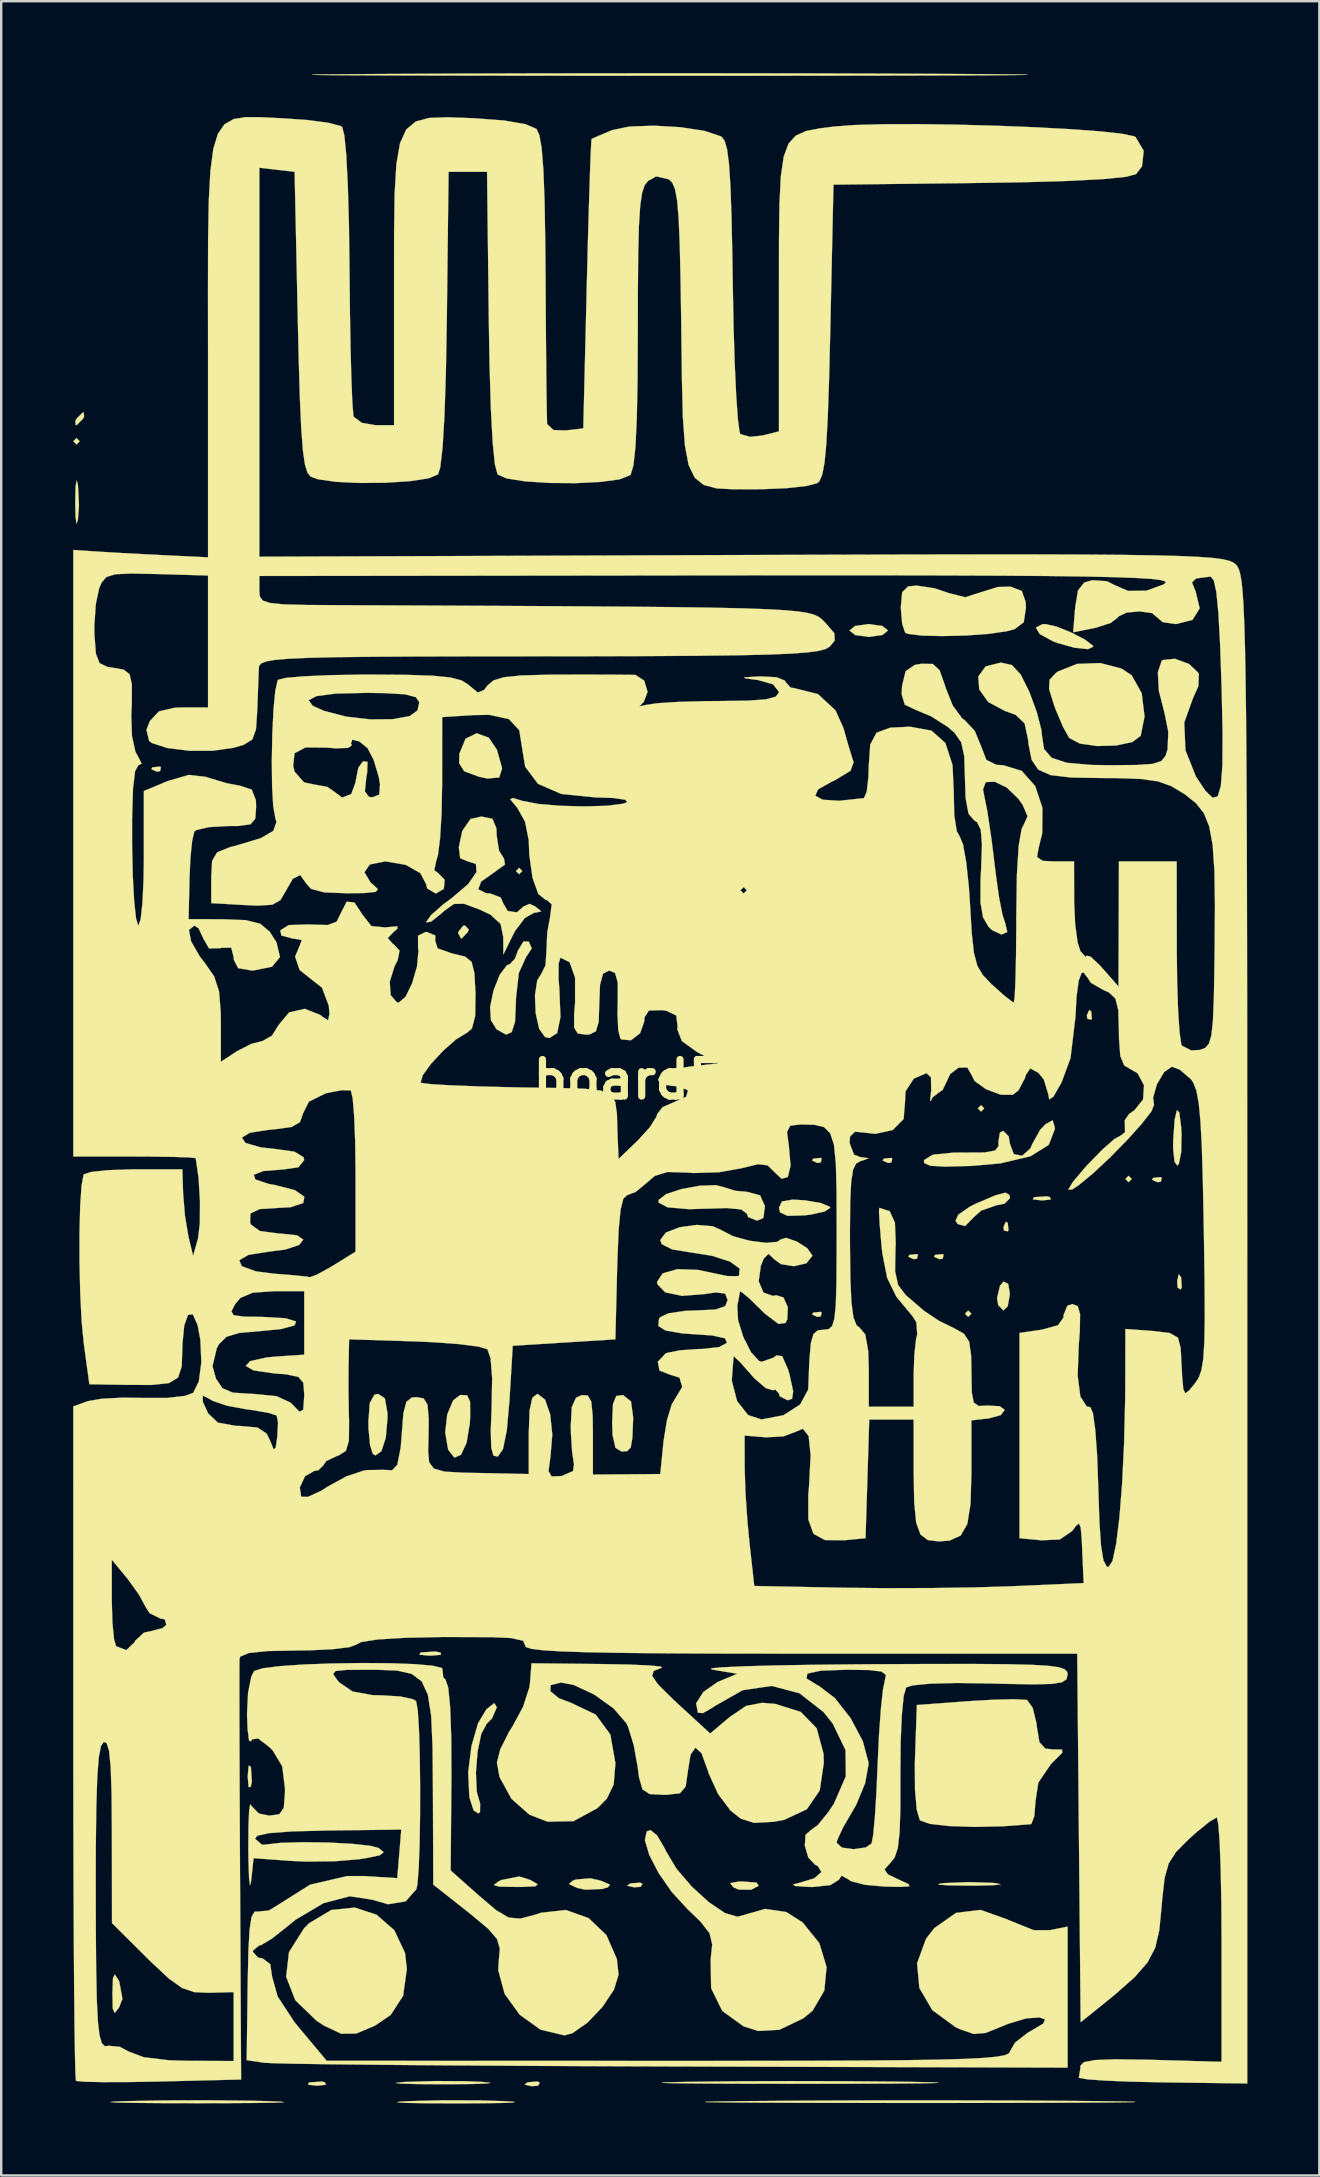
<source format=kicad_pcb>
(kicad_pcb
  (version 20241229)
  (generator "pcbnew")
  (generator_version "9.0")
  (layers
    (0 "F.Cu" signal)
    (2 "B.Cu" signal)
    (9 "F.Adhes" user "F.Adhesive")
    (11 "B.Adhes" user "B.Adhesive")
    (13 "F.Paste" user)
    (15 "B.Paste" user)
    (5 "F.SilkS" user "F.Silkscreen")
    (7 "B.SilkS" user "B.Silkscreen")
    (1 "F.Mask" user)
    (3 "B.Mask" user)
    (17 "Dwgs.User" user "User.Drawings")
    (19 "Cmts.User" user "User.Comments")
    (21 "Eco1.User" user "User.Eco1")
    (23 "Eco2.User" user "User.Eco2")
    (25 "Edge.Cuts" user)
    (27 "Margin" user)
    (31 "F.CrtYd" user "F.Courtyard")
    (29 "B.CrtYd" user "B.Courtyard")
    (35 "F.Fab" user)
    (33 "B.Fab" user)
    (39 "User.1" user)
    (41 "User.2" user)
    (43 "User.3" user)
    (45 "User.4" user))
  (footprint "boardESP"
    (layer "F.Cu")
    (at 24.603 41.944)
    (property "Reference" "boardESP" (at 0 0 0) (layer "F.SilkS") (effects (font (size 1.524 1.524) (thickness 0.3))))
    (attr through_hole)
    (fp_poly (pts (xy -24.331 -26.603) (xy -24.464 -26.469) (xy -24.598 -26.603) (xy -24.464 -26.737) (xy -24.331 -26.603)) (stroke (width 0.01) (type solid)) (fill yes) (layer "F.SilkS"))
    (fp_poly (pts (xy -5.882 -8.689) (xy -6.016 -8.556) (xy -6.149 -8.689) (xy -6.016 -8.823) (xy -5.882 -8.689)) (stroke (width 0.01) (type solid)) (fill yes) (layer "F.SilkS"))
    (fp_poly (pts (xy 12.834 9.759) (xy 12.7 9.893) (xy 12.566 9.759) (xy 12.7 9.625) (xy 12.834 9.759)) (stroke (width 0.01) (type solid)) (fill yes) (layer "F.SilkS"))
    (fp_poly (pts (xy 13.368 1.203) (xy 13.235 1.337) (xy 13.101 1.203) (xy 13.235 1.069) (xy 13.368 1.203)) (stroke (width 0.01) (type solid)) (fill yes) (layer "F.SilkS"))
    (fp_poly (pts (xy 19.518 4.144) (xy 19.384 4.278) (xy 19.251 4.144) (xy 19.384 4.011) (xy 19.518 4.144)) (stroke (width 0.01) (type solid)) (fill yes) (layer "F.SilkS"))
    (fp_poly (pts (xy -20.944 -13.012) (xy -20.981 -12.853) (xy -21.122 -12.834) (xy -21.342 -12.932) (xy -21.3 -13.012) (xy -20.983 -13.044) (xy -20.944 -13.012)) (stroke (width 0.01) (type solid)) (fill yes) (layer "F.SilkS"))
    (fp_poly (pts (xy -14.104 41.8) (xy -14.07 41.897) (xy -14.438 41.935) (xy -14.817 41.893) (xy -14.772 41.8) (xy -14.225 41.764) (xy -14.104 41.8)) (stroke (width 0.01) (type solid)) (fill yes) (layer "F.SilkS"))
    (fp_poly (pts (xy -5.152 41.815) (xy -5.232 41.937) (xy -5.503 41.956) (xy -5.789 41.89) (xy -5.665 41.794) (xy -5.247 41.762) (xy -5.152 41.815)) (stroke (width 0.01) (type solid)) (fill yes) (layer "F.SilkS"))
    (fp_poly (pts (xy -0.875 33.527) (xy -0.954 33.648) (xy -1.225 33.667) (xy -1.511 33.602) (xy -1.387 33.506) (xy -0.969 33.474) (xy -0.875 33.527)) (stroke (width 0.01) (type solid)) (fill yes) (layer "F.SilkS"))
    (fp_poly (pts (xy 6.595 3.298) (xy 6.558 3.456) (xy 6.417 3.476) (xy 6.197 3.378) (xy 6.239 3.298) (xy 6.556 3.266) (xy 6.595 3.298)) (stroke (width 0.01) (type solid)) (fill yes) (layer "F.SilkS"))
    (fp_poly (pts (xy 6.595 9.714) (xy 6.558 9.873) (xy 6.417 9.893) (xy 6.197 9.795) (xy 6.239 9.714) (xy 6.556 9.682) (xy 6.595 9.714)) (stroke (width 0.01) (type solid)) (fill yes) (layer "F.SilkS"))
    (fp_poly (pts (xy 9.536 3.298) (xy 9.499 3.456) (xy 9.358 3.476) (xy 9.138 3.378) (xy 9.18 3.298) (xy 9.497 3.266) (xy 9.536 3.298)) (stroke (width 0.01) (type solid)) (fill yes) (layer "F.SilkS"))
    (fp_poly (pts (xy 10.606 7.308) (xy 10.569 7.467) (xy 10.427 7.486) (xy 10.207 7.388) (xy 10.249 7.308) (xy 10.566 7.276) (xy 10.606 7.308)) (stroke (width 0.01) (type solid)) (fill yes) (layer "F.SilkS"))
    (fp_poly (pts (xy 11.675 7.308) (xy 11.638 7.467) (xy 11.497 7.486) (xy 11.277 7.388) (xy 11.319 7.308) (xy 11.636 7.276) (xy 11.675 7.308)) (stroke (width 0.01) (type solid)) (fill yes) (layer "F.SilkS"))
    (fp_poly (pts (xy 14.349 5.971) (xy 14.381 6.289) (xy 14.349 6.328) (xy 14.19 6.291) (xy 14.171 6.149) (xy 14.268 5.929) (xy 14.349 5.971)) (stroke (width 0.01) (type solid)) (fill yes) (layer "F.SilkS"))
    (fp_poly (pts (xy 16.109 4.903) (xy 16.143 5.001) (xy 15.775 5.038) (xy 15.395 4.996) (xy 15.441 4.903) (xy 15.988 4.868) (xy 16.109 4.903)) (stroke (width 0.01) (type solid)) (fill yes) (layer "F.SilkS"))
    (fp_poly (pts (xy 17.825 -2.852) (xy 17.857 -2.535) (xy 17.825 -2.495) (xy 17.666 -2.532) (xy 17.646 -2.674) (xy 17.744 -2.894) (xy 17.825 -2.852)) (stroke (width 0.01) (type solid)) (fill yes) (layer "F.SilkS"))
    (fp_poly (pts (xy 20.766 4.1) (xy 20.729 4.259) (xy 20.587 4.278) (xy 20.367 4.18) (xy 20.409 4.1) (xy 20.726 4.068) (xy 20.766 4.1)) (stroke (width 0.01) (type solid)) (fill yes) (layer "F.SilkS"))
    (fp_poly (pts (xy 21.572 8.238) (xy 21.604 8.656) (xy 21.551 8.751) (xy 21.429 8.671) (xy 21.411 8.4) (xy 21.476 8.115) (xy 21.572 8.238)) (stroke (width 0.01) (type solid)) (fill yes) (layer "F.SilkS"))
    (fp_poly (pts (xy -24.406 -24.798) (xy -24.362 -23.935) (xy -24.406 -23.328) (xy -24.465 -23.162) (xy -24.505 -23.466) (xy -24.518 -24.063) (xy -24.501 -24.723) (xy -24.458 -24.971) (xy -24.406 -24.798)) (stroke (width 0.01) (type solid)) (fill yes) (layer "F.SilkS"))
    (fp_poly (pts (xy -24.147 -27.634) (xy -24.197 -27.539) (xy -24.449 -27.284) (xy -24.496 -27.272) (xy -24.514 -27.444) (xy -24.464 -27.539) (xy -24.212 -27.794) (xy -24.165 -27.806) (xy -24.147 -27.634)) (stroke (width 0.01) (type solid)) (fill yes) (layer "F.SilkS"))
    (fp_poly (pts (xy -17.207 28.634) (xy -17.194 28.68) (xy -17.155 29.263) (xy -17.204 29.482) (xy -17.291 29.491) (xy -17.327 29.073) (xy -17.327 29.009) (xy -17.288 28.595) (xy -17.207 28.634)) (stroke (width 0.01) (type solid)) (fill yes) (layer "F.SilkS"))
    (fp_poly (pts (xy -9.286 23.888) (xy -9.277 23.976) (xy -9.696 24.011) (xy -9.759 24.011) (xy -10.174 23.972) (xy -10.134 23.891) (xy -10.088 23.878) (xy -9.506 23.839) (xy -9.286 23.888)) (stroke (width 0.01) (type solid)) (fill yes) (layer "F.SilkS"))
    (fp_poly (pts (xy -8.113 -6.253) (xy -8.155 -6.149) (xy -8.395 -5.894) (xy -8.438 -5.882) (xy -8.553 -6.089) (xy -8.556 -6.149) (xy -8.35 -6.407) (xy -8.273 -6.417) (xy -8.113 -6.253)) (stroke (width 0.01) (type solid)) (fill yes) (layer "F.SilkS"))
    (fp_poly (pts (xy 3.874 33.469) (xy 3.968 33.601) (xy 3.652 33.769) (xy 3.128 33.761) (xy 2.917 33.668) (xy 2.778 33.495) (xy 3.125 33.428) (xy 3.275 33.425) (xy 3.874 33.469)) (stroke (width 0.01) (type solid)) (fill yes) (layer "F.SilkS"))
    (fp_poly (pts (xy 14.369 8.517) (xy 14.438 8.941) (xy 14.348 9.451) (xy 14.171 9.625) (xy 13.951 9.402) (xy 13.903 9.106) (xy 14.026 8.594) (xy 14.171 8.422) (xy 14.369 8.517)) (stroke (width 0.01) (type solid)) (fill yes) (layer "F.SilkS"))
    (fp_poly (pts (xy -22.708 37.547) (xy -22.68 37.605) (xy -22.551 38.314) (xy -22.69 38.674) (xy -22.87 38.906) (xy -22.953 38.732) (xy -22.967 38.1) (xy -22.945 37.461) (xy -22.87 37.297) (xy -22.708 37.547)) (stroke (width 0.01) (type solid)) (fill yes) (layer "F.SilkS"))
    (fp_poly (pts (xy -5.548 33.362) (xy -5.245 33.538) (xy -5.331 33.624) (xy -5.87 33.651) (xy -6.149 33.652) (xy -6.847 33.638) (xy -7.072 33.574) (xy -6.887 33.43) (xy -6.751 33.362) (xy -6.006 33.215) (xy -5.548 33.362)) (stroke (width 0.01) (type solid)) (fill yes) (layer "F.SilkS"))
    (fp_poly (pts (xy -2.627 33.386) (xy -2.228 33.558) (xy -2.316 33.667) (xy -2.564 33.737) (xy -3.264 33.766) (xy -3.594 33.694) (xy -3.939 33.534) (xy -3.789 33.396) (xy -3.657 33.343) (xy -3.054 33.293) (xy -2.627 33.386)) (stroke (width 0.01) (type solid)) (fill yes) (layer "F.SilkS"))
    (fp_poly (pts (xy -7.281 -14.248) (xy -6.941 -13.742) (xy -6.725 -12.972) (xy -6.846 -12.59) (xy -7.341 -12.546) (xy -7.703 -12.625) (xy -8.305 -12.848) (xy -8.516 -13.186) (xy -8.506 -13.581) (xy -8.25 -14.205) (xy -7.786 -14.433) (xy -7.281 -14.248)) (stroke (width 0.01) (type solid)) (fill yes) (layer "F.SilkS"))
    (fp_poly (pts (xy 13.709 33.482) (xy 13.843 33.494) (xy 14.062 33.54) (xy 13.803 33.576) (xy 13.127 33.595) (xy 12.7 33.597) (xy 11.874 33.585) (xy 11.459 33.556) (xy 11.506 33.515) (xy 11.704 33.492) (xy 12.714 33.451) (xy 13.709 33.482)) (stroke (width 0.01) (type solid)) (fill yes) (layer "F.SilkS"))
    (fp_poly (pts (xy 21.497 1.369) (xy 21.576 1.966) (xy 21.593 2.274) (xy 21.579 3.018) (xy 21.482 3.507) (xy 21.424 3.588) (xy 21.302 3.436) (xy 21.243 2.895) (xy 21.245 2.538) (xy 21.306 1.674) (xy 21.398 1.278) (xy 21.497 1.369)) (stroke (width 0.01) (type solid)) (fill yes) (layer "F.SilkS"))
    (fp_poly (pts (xy 5.882 5.034) (xy 6.552 5.145) (xy 6.924 5.297) (xy 6.952 5.347) (xy 6.714 5.502) (xy 6.122 5.632) (xy 5.882 5.661) (xy 5.17 5.681) (xy 4.858 5.536) (xy 4.813 5.347) (xy 4.936 5.083) (xy 5.385 5.004) (xy 5.882 5.034)) (stroke (width 0.01) (type solid)) (fill yes) (layer "F.SilkS"))
    (fp_poly (pts (xy 9.119 -18.906) (xy 9.358 -18.719) (xy 9.358 -18.716) (xy 9.126 -18.528) (xy 8.566 -18.448) (xy 8.556 -18.448) (xy 7.993 -18.526) (xy 7.754 -18.712) (xy 7.754 -18.716) (xy 7.986 -18.904) (xy 8.546 -18.983) (xy 8.556 -18.983) (xy 9.119 -18.906)) (stroke (width 0.01) (type solid)) (fill yes) (layer "F.SilkS"))
    (fp_poly (pts (xy -11.612 13.287) (xy -11.504 13.897) (xy -11.501 14.104) (xy -11.574 14.931) (xy -11.756 15.489) (xy -12.002 15.667) (xy -12.117 15.601) (xy -12.229 15.242) (xy -12.293 14.558) (xy -12.299 14.26) (xy -12.242 13.483) (xy -12.052 13.139) (xy -11.898 13.101) (xy -11.612 13.287)) (stroke (width 0.01) (type solid)) (fill yes) (layer "F.SilkS"))
    (fp_poly (pts (xy -8.214 41.751) (xy -7.543 41.78) (xy -7.207 41.815) (xy -7.36 41.844) (xy -7.954 41.865) (xy -8.943 41.874) (xy -9.224 41.875) (xy -10.283 41.868) (xy -10.943 41.849) (xy -11.162 41.822) (xy -10.899 41.788) (xy -10.751 41.779) (xy -9.522 41.742) (xy -8.214 41.751)) (stroke (width 0.01) (type solid)) (fill yes) (layer "F.SilkS"))
    (fp_poly (pts (xy -8.185 13.16) (xy -8.06 13.425) (xy -8.057 14.064) (xy -8.072 14.328) (xy -8.205 15.136) (xy -8.439 15.638) (xy -8.716 15.76) (xy -8.973 15.428) (xy -8.976 15.421) (xy -9.097 14.71) (xy -9.013 13.959) (xy -8.766 13.37) (xy -8.473 13.147) (xy -8.185 13.16)) (stroke (width 0.01) (type solid)) (fill yes) (layer "F.SilkS"))
    (fp_poly (pts (xy -7.76 42.548) (xy -6.605 42.581) (xy -6.194 42.611) (xy -6.277 42.637) (xy -6.812 42.657) (xy -7.758 42.669) (xy -8.689 42.672) (xy -9.898 42.667) (xy -10.713 42.652) (xy -11.096 42.63) (xy -11.012 42.603) (xy -10.616 42.58) (xy -9.25 42.546) (xy -7.76 42.548)) (stroke (width 0.01) (type solid)) (fill yes) (layer "F.SilkS"))
    (fp_poly (pts (xy -1.353 13.415) (xy -1.264 14.088) (xy -1.264 14.104) (xy -1.296 14.92) (xy -1.363 15.337) (xy -1.51 15.487) (xy -1.738 15.507) (xy -2 15.352) (xy -2.121 14.823) (xy -2.139 14.285) (xy -2.104 13.529) (xy -1.969 13.189) (xy -1.689 13.148) (xy -1.353 13.415)) (stroke (width 0.01) (type solid)) (fill yes) (layer "F.SilkS"))
    (fp_poly (pts (xy 16.38 -18.879) (xy 16.997 -18.632) (xy 17.569 -18.336) (xy 17.894 -18.088) (xy 17.914 -18.041) (xy 17.691 -17.937) (xy 17.138 -17.996) (xy 16.425 -18.193) (xy 16.243 -18.261) (xy 15.684 -18.565) (xy 15.521 -18.833) (xy 15.79 -18.977) (xy 15.922 -18.983) (xy 16.38 -18.879)) (stroke (width 0.01) (type solid)) (fill yes) (layer "F.SilkS"))
    (fp_poly (pts (xy 14.422 4.81) (xy 14.441 4.946) (xy 14.218 5.17) (xy 13.861 5.246) (xy 13.242 5.462) (xy 12.959 5.714) (xy 12.567 6.109) (xy 12.267 6.023) (xy 12.17 5.89) (xy 12.287 5.634) (xy 12.77 5.298) (xy 13.023 5.172) (xy 13.823 4.83) (xy 14.253 4.715) (xy 14.422 4.81)) (stroke (width 0.01) (type solid)) (fill yes) (layer "F.SilkS"))
    (fp_poly (pts (xy -17.254 42.563) (xy -16.525 42.579) (xy -15.92 42.603) (xy -15.818 42.624) (xy -16.188 42.642) (xy -16.998 42.655) (xy -18.217 42.663) (xy -19.384 42.665) (xy -20.9 42.662) (xy -22.039 42.652) (xy -22.77 42.638) (xy -23.058 42.619) (xy -22.87 42.597) (xy -22.407 42.58) (xy -20.831 42.551) (xy -19.015 42.545) (xy -17.254 42.563)) (stroke (width 0.01) (type solid)) (fill yes) (layer "F.SilkS"))
    (fp_poly (pts (xy -11.952 34.813) (xy -11.215 35.461) (xy -10.772 36.403) (xy -10.695 37.069) (xy -10.853 38.193) (xy -11.372 38.989) (xy -12.026 39.434) (xy -12.804 39.761) (xy -13.431 39.77) (xy -14.136 39.439) (xy -14.462 39.228) (xy -15.344 38.376) (xy -15.727 37.395) (xy -15.607 36.366) (xy -14.975 35.37) (xy -14.772 35.167) (xy -13.845 34.612) (xy -12.867 34.512) (xy -11.952 34.813)) (stroke (width 0.01) (type solid)) (fill yes) (layer "F.SilkS"))
    (fp_poly (pts (xy -6.952 26.152) (xy -6.952 26.182) (xy -7.148 26.632) (xy -7.367 26.848) (xy -7.593 27.267) (xy -7.749 28.015) (xy -7.817 28.889) (xy -7.782 29.686) (xy -7.641 30.178) (xy -7.646 30.527) (xy -7.715 30.59) (xy -7.911 30.463) (xy -8.078 29.958) (xy -8.095 29.862) (xy -8.138 28.854) (xy -8.002 27.775) (xy -7.728 26.83) (xy -7.384 26.252) (xy -7.052 25.992) (xy -6.952 26.152)) (stroke (width 0.01) (type solid)) (fill yes) (layer "F.SilkS"))
    (fp_poly (pts (xy -5.615 -5.749) (xy -5.489 -5.466) (xy -5.731 -5.099) (xy -6.029 -4.442) (xy -6.148 -3.382) (xy -6.149 -3.254) (xy -6.188 -2.403) (xy -6.325 -1.977) (xy -6.559 -1.872) (xy -6.959 -2.094) (xy -7.191 -2.473) (xy -7.227 -3.016) (xy -7.083 -3.712) (xy -6.827 -4.361) (xy -6.527 -4.764) (xy -6.399 -4.813) (xy -6.192 -5.035) (xy -6.065 -5.374) (xy -5.835 -5.755) (xy -5.615 -5.749)) (stroke (width 0.01) (type solid)) (fill yes) (layer "F.SilkS"))
    (fp_poly (pts (xy 19.097 -17.128) (xy 19.518 -16.844) (xy 19.933 -16.1) (xy 20.051 -15.135) (xy 19.89 -14.326) (xy 19.541 -14.067) (xy 18.869 -13.923) (xy 18.072 -13.9) (xy 17.353 -14.003) (xy 16.911 -14.237) (xy 16.654 -14.695) (xy 16.35 -15.411) (xy 16.281 -15.599) (xy 16.072 -16.277) (xy 16.091 -16.661) (xy 16.36 -16.949) (xy 16.432 -17.003) (xy 17.232 -17.322) (xy 18.202 -17.359) (xy 19.097 -17.128)) (stroke (width 0.01) (type solid)) (fill yes) (layer "F.SilkS"))
    (fp_poly (pts (xy 2.511 4.486) (xy 2.994 4.637) (xy 3.476 4.679) (xy 4.027 4.826) (xy 4.23 5.281) (xy 4.161 5.776) (xy 3.895 5.882) (xy 3.528 5.732) (xy 3.476 5.592) (xy 3.237 5.412) (xy 2.622 5.356) (xy 2.473 5.362) (xy 1.062 5.403) (xy 0.171 5.326) (xy -0.2 5.131) (xy -0.202 5.017) (xy 0.113 4.774) (xy 0.754 4.564) (xy 1.514 4.426) (xy 2.186 4.402) (xy 2.511 4.486)) (stroke (width 0.01) (type solid)) (fill yes) (layer "F.SilkS"))
    (fp_poly (pts (xy 7.546 41.749) (xy 9.686 41.767) (xy 10.343 41.777) (xy 11.164 41.794) (xy 11.475 41.811) (xy 11.302 41.825) (xy 10.67 41.837) (xy 9.604 41.847) (xy 8.131 41.853) (xy 6.274 41.856) (xy 5.748 41.856) (xy 3.792 41.855) (xy 2.205 41.849) (xy 1.016 41.84) (xy 0.249 41.828) (xy -0.068 41.814) (xy 0.09 41.799) (xy 0.75 41.781) (xy 0.985 41.777) (xy 2.957 41.753) (xy 5.223 41.744) (xy 7.546 41.749)) (stroke (width 0.01) (type solid)) (fill yes) (layer "F.SilkS"))
    (fp_poly (pts (xy 11.306 -20.473) (xy 11.888 -20.276) (xy 12.576 -20.101) (xy 13.197 -20.3) (xy 13.93 -20.528) (xy 14.465 -20.544) (xy 14.934 -20.364) (xy 15.098 -19.895) (xy 15.106 -19.654) (xy 15.016 -19.06) (xy 14.635 -18.771) (xy 14.304 -18.683) (xy 13.552 -18.575) (xy 12.604 -18.507) (xy 11.621 -18.483) (xy 10.765 -18.504) (xy 10.197 -18.573) (xy 10.071 -18.627) (xy 9.949 -18.994) (xy 9.893 -19.643) (xy 9.893 -19.696) (xy 9.949 -20.31) (xy 10.197 -20.553) (xy 10.548 -20.587) (xy 11.306 -20.473)) (stroke (width 0.01) (type solid)) (fill yes) (layer "F.SilkS"))
    (fp_poly (pts (xy 14.543 42.555) (xy 17.164 42.571) (xy 17.981 42.579) (xy 19.046 42.592) (xy 19.598 42.605) (xy 19.656 42.617) (xy 19.242 42.627) (xy 18.375 42.636) (xy 17.078 42.644) (xy 15.37 42.649) (xy 13.272 42.653) (xy 10.805 42.654) (xy 10.695 42.654) (xy 8.213 42.653) (xy 6.099 42.65) (xy 4.374 42.644) (xy 3.059 42.637) (xy 2.175 42.627) (xy 1.741 42.617) (xy 1.78 42.605) (xy 2.31 42.593) (xy 3.354 42.579) (xy 3.409 42.579) (xy 5.89 42.56) (xy 8.706 42.549) (xy 11.657 42.548) (xy 14.543 42.555)) (stroke (width 0.01) (type solid)) (fill yes) (layer "F.SilkS"))
    (fp_poly (pts (xy 16.309 1.994) (xy 16.309 2.075) (xy 16.057 2.723) (xy 15.3 3.196) (xy 14.041 3.495) (xy 12.839 3.6) (xy 11.752 3.63) (xy 11.119 3.593) (xy 10.862 3.477) (xy 10.86 3.356) (xy 11.23 3.132) (xy 12.111 3.044) (xy 12.514 3.045) (xy 13.379 3.04) (xy 13.826 2.959) (xy 13.968 2.767) (xy 13.958 2.607) (xy 14.02 2.214) (xy 14.159 2.139) (xy 14.386 2.363) (xy 14.438 2.674) (xy 14.6 3.109) (xy 14.953 3.176) (xy 15.295 2.868) (xy 15.366 2.698) (xy 15.7 2.096) (xy 15.919 1.863) (xy 16.222 1.699) (xy 16.309 1.994)) (stroke (width 0.01) (type solid)) (fill yes) (layer "F.SilkS"))
    (fp_poly (pts (xy 2.376 -41.939) (xy 6.101 -41.934) (xy 9.585 -41.923) (xy 12.366 -41.91) (xy 13.814 -41.9) (xy 14.744 -41.89) (xy 15.172 -41.881) (xy 15.113 -41.873) (xy 14.583 -41.865) (xy 13.599 -41.858) (xy 12.176 -41.852) (xy 10.332 -41.846) (xy 8.081 -41.842) (xy 5.44 -41.839) (xy 2.424 -41.838) (xy 0.267 -41.838) (xy -2.983 -41.838) (xy -5.869 -41.84) (xy -8.376 -41.844) (xy -10.487 -41.848) (xy -12.187 -41.854) (xy -13.458 -41.86) (xy -14.285 -41.867) (xy -14.653 -41.875) (xy -14.544 -41.884) (xy -13.943 -41.894) (xy -12.834 -41.903) (xy -11.831 -41.91) (xy -8.694 -41.925) (xy -5.176 -41.935) (xy -1.435 -41.939) (xy 2.376 -41.939)) (stroke (width 0.01) (type solid)) (fill yes) (layer "F.SilkS"))
    (fp_poly (pts (xy 15.105 25.854) (xy 15.158 25.866) (xy 15.388 26.183) (xy 15.544 26.818) (xy 15.559 26.96) (xy 15.67 27.619) (xy 15.917 27.888) (xy 16.231 27.92) (xy 16.61 27.926) (xy 16.624 28.057) (xy 16.258 28.421) (xy 16.164 28.509) (xy 15.624 29.3) (xy 15.507 30.066) (xy 15.457 30.697) (xy 15.334 31.025) (xy 15.307 31.037) (xy 14.13 31.125) (xy 12.947 31.149) (xy 11.891 31.113) (xy 11.095 31.021) (xy 10.693 30.879) (xy 10.687 30.872) (xy 10.557 30.44) (xy 10.483 29.603) (xy 10.477 28.489) (xy 10.483 28.3) (xy 10.561 26.068) (xy 12.7 25.91) (xy 13.745 25.849) (xy 14.597 25.829) (xy 15.105 25.854)) (stroke (width 0.01) (type solid)) (fill yes) (layer "F.SilkS"))
    (fp_poly (pts (xy -0.268 31.503) (xy 0.052 32.046) (xy 0.099 32.151) (xy 0.535 32.883) (xy 1.171 33.629) (xy 1.887 34.284) (xy 2.563 34.74) (xy 3.08 34.893) (xy 3.17 34.872) (xy 4.238 34.567) (xy 5.126 34.7) (xy 5.803 35.134) (xy 6.498 35.997) (xy 6.798 36.991) (xy 6.703 37.977) (xy 6.212 38.815) (xy 5.827 39.128) (xy 4.833 39.605) (xy 3.951 39.656) (xy 3.342 39.465) (xy 2.451 38.822) (xy 1.986 37.873) (xy 1.967 36.678) (xy 2.031 36.049) (xy 1.922 35.587) (xy 1.556 35.11) (xy 1.001 34.575) (xy 0.346 33.862) (xy -0.202 33.073) (xy -0.593 32.317) (xy -0.775 31.702) (xy -0.699 31.337) (xy -0.538 31.282) (xy -0.268 31.503)) (stroke (width 0.01) (type solid)) (fill yes) (layer "F.SilkS"))
    (fp_poly (pts (xy -7.128 -10.867) (xy -6.964 -10.474) (xy -6.952 -10.176) (xy -6.857 -9.549) (xy -6.646 -9.201) (xy -6.606 -8.962) (xy -7.047 -8.642) (xy -7.602 -8.249) (xy -7.72 -7.93) (xy -7.387 -7.762) (xy -7.219 -7.754) (xy -6.783 -7.587) (xy -6.684 -7.353) (xy -6.491 -7.024) (xy -6.107 -6.968) (xy -5.838 -7.21) (xy -5.578 -7.323) (xy -5.347 -7.214) (xy -5.092 -7.01) (xy -5.321 -6.957) (xy -5.381 -6.956) (xy -5.778 -6.733) (xy -6.187 -6.191) (xy -6.244 -6.083) (xy -6.672 -5.214) (xy -6.678 -5.945) (xy -6.791 -6.489) (xy -7.211 -6.871) (xy -7.664 -7.087) (xy -8.322 -7.329) (xy -8.734 -7.318) (xy -9.14 -7.029) (xy -9.269 -6.91) (xy -9.687 -6.58) (xy -9.885 -6.55) (xy -9.887 -6.571) (xy -9.683 -6.857) (xy -9.17 -7.308) (xy -8.817 -7.57) (xy -8.137 -8.15) (xy -7.792 -8.65) (xy -7.818 -8.989) (xy -8.155 -9.091) (xy -8.474 -9.224) (xy -8.53 -9.68) (xy -8.387 -10.361) (xy -8.042 -10.86) (xy -7.589 -10.962) (xy -7.128 -10.867)) (stroke (width 0.01) (type solid)) (fill yes) (layer "F.SilkS"))
    (fp_poly (pts (xy -2.55 24.362) (xy -1.423 24.384) (xy -0.579 24.421) (xy -0.103 24.468) (xy -0.067 24.515) (xy -0.408 24.648) (xy -0.472 24.856) (xy -0.221 25.22) (xy 0.386 25.82) (xy 0.706 26.117) (xy 1.947 27.256) (xy 2.765 26.567) (xy 3.441 26.107) (xy 4.117 25.978) (xy 4.663 26.024) (xy 5.722 26.357) (xy 6.384 27.037) (xy 6.669 28.088) (xy 6.684 28.475) (xy 6.512 29.634) (xy 5.974 30.415) (xy 5.037 30.853) (xy 4.599 30.935) (xy 3.78 30.982) (xy 3.217 30.804) (xy 2.794 30.467) (xy 2.276 29.78) (xy 1.887 28.924) (xy 1.858 28.826) (xy 1.585 28.076) (xy 1.331 27.848) (xy 1.128 28.14) (xy 1.019 28.809) (xy 0.926 29.466) (xy 0.687 29.747) (xy 0.143 29.811) (xy 0 29.812) (xy -0.578 29.78) (xy -0.874 29.587) (xy -1.018 29.09) (xy -1.082 28.608) (xy -1.243 27.729) (xy -1.47 26.991) (xy -1.546 26.828) (xy -2.083 26.209) (xy -2.891 25.63) (xy -3.747 25.231) (xy -4.265 25.133) (xy -4.701 25.24) (xy -4.716 25.492) (xy -4.36 25.787) (xy -3.837 25.985) (xy -2.823 26.47) (xy -2.215 27.299) (xy -2.005 28.482) (xy -2.005 28.526) (xy -2.077 29.386) (xy -2.36 29.973) (xy -2.755 30.369) (xy -3.749 30.909) (xy -4.828 30.932) (xy -5.585 30.642) (xy -6.336 29.979) (xy -6.831 29.074) (xy -6.942 28.47) (xy -6.803 27.92) (xy -6.442 27.196) (xy -6.289 26.956) (xy -5.852 26.143) (xy -5.589 25.333) (xy -5.564 25.156) (xy -5.501 24.331) (xy -2.55 24.362)) (stroke (width 0.01) (type solid)) (fill yes) (layer "F.SilkS"))
    (fp_poly (pts (xy 14.334 24.369) (xy 15.341 24.393) (xy 16.038 24.434) (xy 16.48 24.496) (xy 16.725 24.581) (xy 16.827 24.692) (xy 16.844 24.798) (xy 16.8 24.995) (xy 16.609 25.122) (xy 16.183 25.19) (xy 15.437 25.209) (xy 14.282 25.189) (xy 13.611 25.171) (xy 12.213 25.151) (xy 11.103 25.18) (xy 10.369 25.253) (xy 10.114 25.339) (xy 10.012 25.7) (xy 9.933 26.491) (xy 9.885 27.606) (xy 9.874 28.94) (xy 9.874 28.942) (xy 9.874 30.383) (xy 9.841 31.382) (xy 9.766 32.032) (xy 9.638 32.425) (xy 9.461 32.645) (xy 9.212 32.918) (xy 9.353 33.127) (xy 9.792 33.338) (xy 10.211 33.532) (xy 10.253 33.626) (xy 9.86 33.649) (xy 9.224 33.637) (xy 8.408 33.564) (xy 7.821 33.414) (xy 7.666 33.313) (xy 7.423 33.183) (xy 7.31 33.354) (xy 6.959 33.573) (xy 6.223 33.655) (xy 6.06 33.652) (xy 5.473 33.611) (xy 5.41 33.545) (xy 5.615 33.496) (xy 6.288 33.292) (xy 6.584 33.031) (xy 6.435 32.782) (xy 6.328 32.733) (xy 6.036 32.427) (xy 5.891 31.933) (xy 5.921 31.476) (xy 6.146 31.282) (xy 6.431 31.074) (xy 6.86 30.546) (xy 7.106 30.18) (xy 7.602 29.038) (xy 7.588 27.946) (xy 7.056 26.847) (xy 6.675 26.366) (xy 5.668 25.579) (xy 4.512 25.273) (xy 3.3 25.452) (xy 2.123 26.12) (xy 2.07 26.163) (xy 1.643 26.407) (xy 1.436 26.39) (xy 1.359 25.999) (xy 1.664 25.525) (xy 2.249 25.116) (xy 2.333 25.079) (xy 2.612 24.961) (xy 5.959 24.961) (xy 6.433 25.251) (xy 6.475 25.27) (xy 7.147 25.783) (xy 7.8 26.618) (xy 8.308 27.576) (xy 8.543 28.456) (xy 8.547 28.547) (xy 8.404 29.332) (xy 8.035 30.224) (xy 7.887 30.48) (xy 7.488 31.166) (xy 7.249 31.682) (xy 7.219 31.812) (xy 7.437 32.012) (xy 7.923 32.079) (xy 8.426 32.006) (xy 8.672 31.845) (xy 8.74 31.495) (xy 8.812 30.729) (xy 8.878 29.663) (xy 8.925 28.57) (xy 8.984 27.308) (xy 9.063 26.214) (xy 9.15 25.415) (xy 9.223 25.066) (xy 9.271 24.815) (xy 9.088 24.674) (xy 8.572 24.612) (xy 7.649 24.598) (xy 6.562 24.637) (xy 6 24.758) (xy 5.959 24.961) (xy 2.612 24.961) (xy 3.075 24.767) (xy 2.005 24.587) (xy 1.989 24.541) (xy 2.454 24.497) (xy 3.344 24.456) (xy 4.606 24.421) (xy 6.185 24.393) (xy 8.028 24.374) (xy 8.89 24.368) (xy 11.165 24.359) (xy 12.961 24.358) (xy 14.334 24.369)) (stroke (width 0.01) (type solid)) (fill yes) (layer "F.SilkS"))
    (fp_poly (pts (xy -11.376 24.329) (xy -10.356 24.366) (xy -9.604 24.432) (xy -9.23 24.527) (xy -9.213 24.579) (xy -9.178 24.922) (xy -9.088 25.001) (xy -8.972 25.342) (xy -8.89 26.172) (xy -8.845 27.446) (xy -8.839 29.07) (xy -8.869 32.966) (xy -7.71 33.995) (xy -6.976 34.619) (xy -6.454 34.928) (xy -5.964 34.972) (xy -5.327 34.803) (xy -5.112 34.729) (xy -4.067 34.613) (xy -3.122 34.95) (xy -2.38 35.656) (xy -1.944 36.651) (xy -1.872 37.311) (xy -2.063 37.932) (xy -2.543 38.652) (xy -3.169 39.31) (xy -3.796 39.748) (xy -4.131 39.838) (xy -5.123 39.6) (xy -5.993 38.978) (xy -6.62 38.108) (xy -6.886 37.124) (xy -6.864 36.727) (xy -6.82 36.221) (xy -6.94 35.82) (xy -7.31 35.392) (xy -8.014 34.803) (xy -8.156 34.69) (xy -9.595 33.555) (xy -9.61 29.519) (xy -9.625 27.787) (xy -9.682 26.518) (xy -9.82 25.641) (xy -10.079 25.082) (xy -10.496 24.77) (xy -11.113 24.633) (xy -11.967 24.599) (xy -12.295 24.598) (xy -13.205 24.605) (xy -13.668 24.653) (xy -13.77 24.779) (xy -13.6 25.024) (xy -13.502 25.133) (xy -12.96 25.506) (xy -12.13 25.657) (xy -11.739 25.667) (xy -10.958 25.714) (xy -10.424 25.833) (xy -10.309 25.91) (xy -10.242 26.279) (xy -10.192 27.06) (xy -10.159 28.13) (xy -10.143 29.367) (xy -10.145 30.65) (xy -10.164 31.854) (xy -10.201 32.859) (xy -10.255 33.541) (xy -10.297 33.745) (xy -10.747 34.253) (xy -11.473 34.374) (xy -12.148 34.182) (xy -13.075 34.04) (xy -14.169 34.328) (xy -15.331 35.016) (xy -15.717 35.33) (xy -16.312 35.8) (xy -16.759 36.07) (xy -16.854 36.095) (xy -17.104 36.298) (xy -17.112 36.362) (xy -16.895 36.599) (xy -16.711 36.629) (xy -16.391 36.867) (xy -16.309 37.404) (xy -16.082 38.217) (xy -15.394 39.266) (xy -15.173 39.538) (xy -14.037 40.898) (xy 0.201 40.903) (xy 3.358 40.902) (xy 6.022 40.898) (xy 8.232 40.888) (xy 10.029 40.873) (xy 11.453 40.85) (xy 12.544 40.819) (xy 13.344 40.778) (xy 13.893 40.727) (xy 14.231 40.664) (xy 14.399 40.589) (xy 14.438 40.513) (xy 14.654 40.139) (xy 15.187 39.725) (xy 15.307 39.658) (xy 15.829 39.347) (xy 15.905 39.175) (xy 15.675 39.09) (xy 15.126 39.129) (xy 14.366 39.356) (xy 14.128 39.456) (xy 13.424 39.738) (xy 12.925 39.778) (xy 12.362 39.583) (xy 12.168 39.492) (xy 11.207 38.789) (xy 10.666 37.866) (xy 10.569 36.837) (xy 10.941 35.816) (xy 11.283 35.373) (xy 12.191 34.733) (xy 13.218 34.609) (xy 14.329 35.004) (xy 14.364 35.025) (xy 15.431 35.454) (xy 16.096 35.456) (xy 16.844 35.306) (xy 16.844 41.182) (xy 0.468 41.134) (xy -2.462 41.124) (xy -5.248 41.111) (xy -7.841 41.096) (xy -10.193 41.079) (xy -12.255 41.06) (xy -13.978 41.041) (xy -15.314 41.021) (xy -16.215 41.001) (xy -16.633 40.981) (xy -16.64 40.98) (xy -17.371 40.873) (xy -17.33 37.707) (xy -17.301 36.333) (xy -17.25 35.42) (xy -17.167 34.895) (xy -17.043 34.683) (xy -16.923 34.682) (xy -16.451 34.635) (xy -16.099 34.422) (xy -14.732 33.559) (xy -13.181 33.198) (xy -12.47 33.198) (xy -11.096 33.287) (xy -11.012 32.274) (xy -10.929 31.261) (xy -14.033 31.3) (xy -15.48 31.337) (xy -16.433 31.408) (xy -16.931 31.517) (xy -17.024 31.645) (xy -16.731 31.892) (xy -16.628 31.89) (xy -15.968 31.815) (xy -15.028 31.787) (xy -13.977 31.801) (xy -12.984 31.853) (xy -12.218 31.937) (xy -11.876 32.027) (xy -11.662 32.203) (xy -11.828 32.334) (xy -12.441 32.459) (xy -12.652 32.492) (xy -13.671 32.58) (xy -14.871 32.595) (xy -15.502 32.568) (xy -17.085 32.453) (xy -17.187 33.405) (xy -17.233 33.591) (xy -17.271 33.306) (xy -17.296 32.61) (xy -17.303 32.084) (xy -17.297 31.122) (xy -17.269 30.464) (xy -17.225 30.206) (xy -17.201 30.246) (xy -16.866 30.591) (xy -16.43 30.681) (xy -16.015 30.624) (xy -15.825 30.355) (xy -15.776 29.729) (xy -15.775 29.557) (xy -15.889 28.626) (xy -16.289 27.959) (xy -16.414 27.833) (xy -16.893 27.463) (xy -17.148 27.499) (xy -17.195 27.586) (xy -17.274 27.545) (xy -17.334 27.075) (xy -17.358 26.456) (xy -17.314 25.563) (xy -17.179 24.884) (xy -17.058 24.651) (xy -16.706 24.538) (xy -15.971 24.447) (xy -14.962 24.379) (xy -13.788 24.337) (xy -12.556 24.32) (xy -11.376 24.329)) (stroke (width 0.01) (type solid)) (fill yes) (layer "F.SilkS"))
    (fp_poly (pts (xy -16.78 -40.108) (xy -15.996 -40.069) (xy -15.888 -40.064) (xy -14.83 -39.991) (xy -13.971 -39.877) (xy -13.458 -39.743) (xy -13.392 -39.701) (xy -13.299 -39.345) (xy -13.219 -38.51) (xy -13.155 -37.25) (xy -13.109 -35.623) (xy -13.085 -33.704) (xy -13.068 -31.993) (xy -13.041 -30.452) (xy -13.007 -29.165) (xy -12.968 -28.218) (xy -12.926 -27.692) (xy -12.912 -27.625) (xy -12.574 -27.37) (xy -12.003 -27.272) (xy -11.229 -27.272) (xy -11.229 -33.154) (xy -11.228 -35.276) (xy -11.205 -36.922) (xy -11.132 -38.152) (xy -10.981 -39.023) (xy -10.722 -39.596) (xy -10.327 -39.928) (xy -9.767 -40.079) (xy -9.015 -40.107) (xy -8.041 -40.072) (xy -7.874 -40.065) (xy -6.642 -39.972) (xy -5.748 -39.818) (xy -5.294 -39.623) (xy -5.17 -39.358) (xy -5.075 -38.803) (xy -5.005 -37.908) (xy -4.956 -36.618) (xy -4.927 -34.88) (xy -4.915 -33.474) (xy -4.905 -31.751) (xy -4.892 -30.199) (xy -4.879 -28.9) (xy -4.865 -27.939) (xy -4.853 -27.398) (xy -4.849 -27.321) (xy -4.584 -27.071) (xy -4.077 -27.053) (xy -3.342 -27.138) (xy -3.195 -33.154) (xy -3.151 -34.885) (xy -3.107 -36.424) (xy -3.067 -37.696) (xy -3.032 -38.624) (xy -3.005 -39.131) (xy -2.995 -39.204) (xy -2.738 -39.319) (xy -2.188 -39.55) (xy -2.141 -39.57) (xy -1.418 -39.719) (xy -0.398 -39.756) (xy 0.714 -39.692) (xy 1.713 -39.539) (xy 2.395 -39.31) (xy 2.415 -39.298) (xy 2.547 -39.131) (xy 2.651 -38.773) (xy 2.731 -38.16) (xy 2.791 -37.23) (xy 2.837 -35.922) (xy 2.873 -34.173) (xy 2.889 -33.097) (xy 2.922 -31.359) (xy 2.971 -29.8) (xy 3.032 -28.499) (xy 3.1 -27.536) (xy 3.171 -26.992) (xy 3.203 -26.903) (xy 3.613 -26.786) (xy 4.125 -26.842) (xy 4.813 -27.014) (xy 4.813 -32.872) (xy 4.814 -34.909) (xy 4.833 -36.476) (xy 4.891 -37.638) (xy 5.01 -38.46) (xy 5.211 -39.006) (xy 5.516 -39.343) (xy 5.947 -39.534) (xy 6.526 -39.645) (xy 7.101 -39.718) (xy 7.96 -39.783) (xy 9.157 -39.816) (xy 10.598 -39.82) (xy 12.19 -39.799) (xy 13.837 -39.755) (xy 15.446 -39.692) (xy 16.922 -39.613) (xy 18.173 -39.522) (xy 19.103 -39.421) (xy 19.618 -39.314) (xy 19.675 -39.284) (xy 20.016 -38.71) (xy 19.946 -38.062) (xy 19.697 -37.737) (xy 19.289 -37.626) (xy 18.366 -37.532) (xy 16.948 -37.456) (xy 15.054 -37.4) (xy 13.214 -37.37) (xy 7.085 -37.298) (xy 6.952 -31.205) (xy 6.902 -29.187) (xy 6.849 -27.641) (xy 6.788 -26.506) (xy 6.714 -25.72) (xy 6.621 -25.22) (xy 6.504 -24.944) (xy 6.417 -24.859) (xy 5.972 -24.74) (xy 5.151 -24.649) (xy 4.113 -24.604) (xy 3.851 -24.602) (xy 2.926 -24.6) (xy 2.211 -24.64) (xy 1.678 -24.782) (xy 1.299 -25.087) (xy 1.047 -25.616) (xy 0.893 -26.431) (xy 0.809 -27.591) (xy 0.769 -29.159) (xy 0.743 -31.195) (xy 0.741 -31.402) (xy 0.712 -33.341) (xy 0.678 -34.813) (xy 0.633 -35.885) (xy 0.57 -36.624) (xy 0.484 -37.099) (xy 0.369 -37.376) (xy 0.223 -37.521) (xy -0.303 -37.643) (xy -0.646 -37.45) (xy -0.788 -37.267) (xy -0.895 -36.94) (xy -0.971 -36.401) (xy -1.023 -35.582) (xy -1.053 -34.416) (xy -1.067 -32.834) (xy -1.069 -31.303) (xy -1.08 -29.172) (xy -1.112 -27.538) (xy -1.169 -26.36) (xy -1.252 -25.601) (xy -1.363 -25.221) (xy -1.39 -25.186) (xy -1.827 -25.016) (xy -2.634 -24.907) (xy -3.66 -24.857) (xy -4.754 -24.865) (xy -5.763 -24.931) (xy -6.536 -25.053) (xy -6.914 -25.221) (xy -7.025 -25.629) (xy -7.119 -26.552) (xy -7.195 -27.97) (xy -7.251 -29.864) (xy -7.281 -31.704) (xy -7.353 -37.833) (xy -8.957 -37.833) (xy -9.029 -31.704) (xy -9.069 -29.445) (xy -9.129 -27.645) (xy -9.208 -26.325) (xy -9.306 -25.504) (xy -9.396 -25.221) (xy -9.793 -25.056) (xy -10.569 -24.939) (xy -11.572 -24.875) (xy -12.646 -24.864) (xy -13.64 -24.911) (xy -14.399 -25.017) (xy -14.705 -25.127) (xy -14.838 -25.292) (xy -14.945 -25.641) (xy -15.03 -26.235) (xy -15.098 -27.136) (xy -15.155 -28.406) (xy -15.205 -30.105) (xy -15.24 -31.606) (xy -15.374 -37.833) (xy -16.109 -37.917) (xy -16.844 -38.002) (xy -16.844 -29.896) (xy -16.844 -21.791) (xy 3.25 -21.861) (xy 7.025 -21.873) (xy 10.301 -21.882) (xy 13.114 -21.886) (xy 15.501 -21.886) (xy 17.497 -21.88) (xy 19.14 -21.867) (xy 20.464 -21.847) (xy 21.507 -21.82) (xy 22.304 -21.784) (xy 22.891 -21.74) (xy 23.304 -21.686) (xy 23.581 -21.621) (xy 23.755 -21.546) (xy 23.838 -21.485) (xy 23.913 -21.401) (xy 23.979 -21.274) (xy 24.038 -21.073) (xy 24.091 -20.771) (xy 24.136 -20.338) (xy 24.176 -19.746) (xy 24.209 -18.966) (xy 24.238 -17.968) (xy 24.261 -16.725) (xy 24.281 -15.208) (xy 24.296 -13.387) (xy 24.308 -11.233) (xy 24.317 -8.719) (xy 24.323 -5.815) (xy 24.327 -2.491) (xy 24.329 1.279) (xy 24.33 5.526) (xy 24.331 10.278) (xy 24.331 10.402) (xy 24.331 41.843) (xy 20.788 41.796) (xy 19.489 41.768) (xy 18.414 41.724) (xy 17.66 41.669) (xy 17.321 41.61) (xy 17.312 41.596) (xy 17.376 41.214) (xy 17.378 41.108) (xy 17.518 40.957) (xy 17.981 40.867) (xy 18.836 40.835) (xy 20.149 40.853) (xy 20.319 40.857) (xy 23.261 40.941) (xy 23.261 35.844) (xy 23.251 34.26) (xy 23.223 32.877) (xy 23.181 31.778) (xy 23.127 31.043) (xy 23.065 30.756) (xy 23.061 30.755) (xy 22.764 30.927) (xy 22.232 31.357) (xy 21.882 31.671) (xy 21.369 32.187) (xy 21.06 32.663) (xy 20.888 33.273) (xy 20.783 34.193) (xy 20.756 34.538) (xy 20.662 35.477) (xy 20.492 36.193) (xy 20.173 36.804) (xy 19.628 37.423) (xy 18.784 38.166) (xy 17.965 38.829) (xy 17.387 39.291) (xy 17.316 31.61) (xy 17.245 23.929) (xy 5.679 23.929) (xy 2.787 23.927) (xy 0.391 23.917) (xy -1.547 23.899) (xy -3.067 23.873) (xy -4.206 23.837) (xy -5.005 23.789) (xy -5.501 23.729) (xy -5.733 23.655) (xy -5.76 23.595) (xy -5.849 23.391) (xy -6.353 23.278) (xy -7.16 23.241) (xy -9.153 23.234) (xy -10.749 23.267) (xy -11.91 23.337) (xy -12.601 23.444) (xy -12.789 23.546) (xy -13.078 23.657) (xy -13.776 23.743) (xy -14.756 23.79) (xy -15.262 23.796) (xy -16.509 23.821) (xy -17.28 23.902) (xy -17.633 24.047) (xy -17.67 24.13) (xy -17.675 24.47) (xy -17.676 25.279) (xy -17.675 26.49) (xy -17.671 28.036) (xy -17.664 29.851) (xy -17.655 31.869) (xy -17.649 33.071) (xy -17.604 41.678) (xy -20.99 41.761) (xy -22.278 41.784) (xy -23.358 41.787) (xy -24.127 41.771) (xy -24.478 41.737) (xy -24.487 41.732) (xy -24.509 41.451) (xy -24.528 40.685) (xy -24.547 39.485) (xy -24.563 37.9) (xy -24.576 35.98) (xy -24.587 33.775) (xy -24.588 33.31) (xy -23.662 33.31) (xy -23.659 35.463) (xy -23.645 37.137) (xy -23.618 38.389) (xy -23.572 39.274) (xy -23.503 39.849) (xy -23.406 40.169) (xy -23.278 40.291) (xy -23.121 40.273) (xy -22.657 40.316) (xy -22.284 40.516) (xy -21.662 40.749) (xy -20.591 40.878) (xy -19.852 40.899) (xy -17.914 40.907) (xy -17.914 38.035) (xy -18.975 38.063) (xy -19.564 38.035) (xy -20.065 37.864) (xy -20.618 37.469) (xy -21.365 36.77) (xy -21.511 36.625) (xy -22.986 35.159) (xy -22.99 31.327) (xy -23.002 29.757) (xy -23.039 28.662) (xy -23.107 27.981) (xy -23.21 27.653) (xy -23.328 27.606) (xy -23.446 27.781) (xy -23.536 28.251) (xy -23.599 29.067) (xy -23.639 30.281) (xy -23.659 31.944) (xy -23.662 33.31) (xy -24.588 33.31) (xy -24.594 31.336) (xy -24.598 28.711) (xy -24.598 27.621) (xy -24.598 21.725) (xy -22.994 21.725) (xy -22.968 22.639) (xy -22.9 23.326) (xy -22.815 23.618) (xy -22.388 23.781) (xy -22.045 23.452) (xy -22.021 23.395) (xy -21.655 23.053) (xy -21.377 22.994) (xy -20.877 22.864) (xy -20.721 22.726) (xy -20.783 22.499) (xy -20.981 22.459) (xy -21.421 22.239) (xy -21.577 21.991) (xy -21.86 21.471) (xy -22.32 20.829) (xy -22.371 20.767) (xy -22.994 20.012) (xy -22.994 21.725) (xy -24.598 21.725) (xy -24.598 17.003) (xy -15.157 17.003) (xy -15.1 17.39) (xy -14.817 17.395) (xy -14.269 17.14) (xy -13.992 16.965) (xy -13.22 16.542) (xy -12.49 16.298) (xy -12.328 16.278) (xy -11.674 16.268) (xy -11.31 16.286) (xy -11.093 16.057) (xy -10.95 15.322) (xy -10.909 14.781) (xy -10.839 13.901) (xy -10.715 13.433) (xy -10.488 13.254) (xy -10.294 13.235) (xy -9.992 13.293) (xy -9.836 13.55) (xy -9.785 14.132) (xy -9.79 14.772) (xy -9.809 15.492) (xy -9.767 15.953) (xy -9.57 16.217) (xy -9.121 16.342) (xy -8.325 16.387) (xy -7.152 16.41) (xy -5.615 16.443) (xy -5.615 14.772) (xy -5.581 13.793) (xy -5.466 13.264) (xy -5.253 13.101) (xy -5.247 13.101) (xy -4.936 13.341) (xy -4.721 13.957) (xy -4.634 14.795) (xy -4.708 15.701) (xy -4.71 15.713) (xy -4.791 16.317) (xy -4.665 16.542) (xy -4.253 16.528) (xy -4.245 16.527) (xy -3.769 16.317) (xy -3.73 16.036) (xy -3.807 15.535) (xy -3.857 14.752) (xy -3.864 14.443) (xy -3.823 13.655) (xy -3.646 13.263) (xy -3.409 13.154) (xy -3.153 13.17) (xy -3.011 13.419) (xy -2.951 14.008) (xy -2.941 14.763) (xy -2.941 16.465) (xy -1.537 16.454) (xy -0.134 16.443) (xy 0.007 15.046) (xy 0.041 14.839) (xy 3.381 14.839) (xy 3.383 16.176) (xy 3.415 17.187) (xy 3.499 18.416) (xy 3.584 19.31) (xy 3.784 21.108) (xy 7.574 21.182) (xy 9.306 21.2) (xy 11.19 21.194) (xy 12.994 21.167) (xy 14.438 21.122) (xy 17.513 20.988) (xy 17.478 20.186) (xy 17.435 19.207) (xy 17.391 18.676) (xy 17.318 18.505) (xy 17.189 18.608) (xy 17.033 18.819) (xy 16.519 19.169) (xy 15.763 19.205) (xy 14.839 19.117) (xy 14.839 10.561) (xy 15.775 10.425) (xy 16.444 10.241) (xy 16.673 9.918) (xy 16.673 9.823) (xy 16.831 9.431) (xy 17.046 9.358) (xy 17.267 9.445) (xy 17.364 9.779) (xy 17.354 10.472) (xy 17.311 11.029) (xy 17.263 12.34) (xy 17.376 13.217) (xy 17.644 13.628) (xy 17.79 13.655) (xy 17.899 13.899) (xy 17.996 14.593) (xy 18.073 15.652) (xy 18.122 16.977) (xy 18.169 18.444) (xy 18.238 19.442) (xy 18.337 20.037) (xy 18.474 20.296) (xy 18.549 20.32) (xy 18.714 20.065) (xy 18.868 19.348) (xy 19.005 18.242) (xy 19.117 16.821) (xy 19.198 15.157) (xy 19.243 13.323) (xy 19.249 12.35) (xy 19.251 10.397) (xy 20.387 10.479) (xy 21.104 10.564) (xy 21.441 10.758) (xy 21.553 11.176) (xy 21.565 11.363) (xy 21.617 12.358) (xy 21.666 12.902) (xy 21.748 13.078) (xy 21.9 12.968) (xy 22.147 12.669) (xy 22.303 12.438) (xy 22.418 12.124) (xy 22.497 11.653) (xy 22.543 10.952) (xy 22.561 9.951) (xy 22.555 8.575) (xy 22.529 6.752) (xy 22.522 6.301) (xy 22.483 4.342) (xy 22.439 2.848) (xy 22.382 1.749) (xy 22.308 0.977) (xy 22.211 0.46) (xy 22.083 0.131) (xy 21.98 -0.018) (xy 21.515 -0.415) (xy 21.19 -0.535) (xy 20.866 -0.311) (xy 20.567 0.198) (xy 20.406 0.753) (xy 20.446 1.057) (xy 20.334 1.332) (xy 19.923 1.859) (xy 19.314 2.534) (xy 18.607 3.254) (xy 17.902 3.913) (xy 17.301 4.409) (xy 17.028 4.586) (xy 16.87 4.588) (xy 17.07 4.257) (xy 17.601 3.634) (xy 17.646 3.584) (xy 18.283 2.929) (xy 18.789 2.482) (xy 19.05 2.34) (xy 19.237 2.195) (xy 19.227 1.695) (xy 19.406 1.434) (xy 19.628 1.281) (xy 19.989 0.832) (xy 20.028 0.238) (xy 19.76 -0.262) (xy 19.518 -0.401) (xy 19.202 -0.588) (xy 19.04 -0.982) (xy 18.985 -1.726) (xy 18.983 -2.03) (xy 18.957 -2.889) (xy 18.838 -3.371) (xy 18.564 -3.633) (xy 18.315 -3.743) (xy 17.819 -4.028) (xy 17.646 -4.287) (xy 17.501 -4.469) (xy 17.425 -4.44) (xy 17.306 -4.121) (xy 17.213 -3.426) (xy 17.172 -2.62) (xy 16.966 -0.897) (xy 16.591 0.123) (xy 16.251 0.714) (xy 16.078 0.832) (xy 16.042 0.624) (xy 15.853 -0.00026) (xy 15.628 -0.279) (xy 15.287 -0.463) (xy 15.103 -0.191) (xy 15.066 -0.062) (xy 14.797 0.451) (xy 14.565 0.634) (xy 14.057 0.632) (xy 13.45 0.406) (xy 12.973 0.066) (xy 12.836 -0.201) (xy 12.665 -0.501) (xy 12.299 -0.496) (xy 11.948 -0.227) (xy 11.842 0) (xy 11.638 0.433) (xy 11.485 0.535) (xy 11.214 0.745) (xy 11.157 0.869) (xy 11.111 0.893) (xy 11.155 0.489) (xy 11.158 0.468) (xy 11.149 -0.091) (xy 10.964 -0.267) (xy 10.433 -0.039) (xy 10.089 0.492) (xy 10.063 0.995) (xy 10.008 1.647) (xy 9.554 2.105) (xy 8.832 2.264) (xy 8.545 2.23) (xy 7.986 2.174) (xy 7.777 2.371) (xy 7.754 2.64) (xy 7.94 3.128) (xy 8.222 3.239) (xy 8.548 3.278) (xy 8.351 3.359) (xy 8.227 3.392) (xy 8.033 3.498) (xy 7.902 3.757) (xy 7.823 4.256) (xy 7.783 5.083) (xy 7.772 6.327) (xy 7.773 6.85) (xy 7.789 8.3) (xy 7.834 9.296) (xy 7.917 9.916) (xy 8.047 10.242) (xy 8.168 10.336) (xy 8.411 10.625) (xy 8.533 11.307) (xy 8.556 12.06) (xy 8.556 13.636) (xy 10.427 13.636) (xy 10.427 12.321) (xy 10.456 11.467) (xy 10.53 10.804) (xy 10.576 10.617) (xy 10.539 10.116) (xy 10.376 9.859) (xy 9.705 9.051) (xy 9.323 8.266) (xy 9.124 7.259) (xy 9.087 6.919) (xy 9.016 6.084) (xy 8.983 5.514) (xy 8.992 5.347) (xy 9.429 5.488) (xy 9.647 5.964) (xy 9.68 6.857) (xy 9.669 7.064) (xy 9.653 7.985) (xy 9.779 8.561) (xy 10.088 8.973) (xy 10.117 9) (xy 10.863 9.641) (xy 11.488 10.058) (xy 12.098 10.357) (xy 12.521 10.593) (xy 12.741 10.925) (xy 12.823 11.514) (xy 12.834 12.179) (xy 12.849 13.026) (xy 12.931 13.462) (xy 13.138 13.607) (xy 13.49 13.588) (xy 14.015 13.616) (xy 14.225 13.769) (xy 14.056 13.988) (xy 13.569 14.121) (xy 12.834 14.206) (xy 12.834 16.407) (xy 12.798 17.688) (xy 12.663 18.525) (xy 12.387 19.005) (xy 11.927 19.216) (xy 11.472 19.251) (xy 11.013 19.193) (xy 10.71 18.96) (xy 10.532 18.464) (xy 10.449 17.614) (xy 10.427 16.321) (xy 10.427 16.288) (xy 10.427 14.171) (xy 8.576 14.171) (xy 8.499 16.644) (xy 8.422 19.117) (xy 7.536 19.202) (xy 6.735 19.195) (xy 6.253 18.935) (xy 6.038 18.34) (xy 6.035 17.333) (xy 6.065 16.976) (xy 6.134 15.662) (xy 6.049 14.854) (xy 5.81 14.554) (xy 5.511 14.681) (xy 5.003 14.872) (xy 4.282 14.913) (xy 4.264 14.911) (xy 3.381 14.839) (xy 0.041 14.839) (xy 0.147 14.187) (xy 0.349 13.529) (xy 0.475 13.322) (xy 0.781 12.81) (xy 0.667 12.423) (xy 0.267 12.299) (xy -0.168 12.128) (xy -0.237 11.763) (xy 0.085 11.422) (xy 0.156 11.392) (xy 0.692 11.285) (xy 1.471 11.231) (xy 1.626 11.229) (xy 2.318 11.152) (xy 2.647 10.975) (xy 2.564 10.785) (xy 2.024 10.666) (xy 1.938 10.661) (xy 0.777 10.581) (xy 0.082 10.459) (xy -0.217 10.268) (xy -0.186 9.984) (xy -0.145 9.91) (xy 0.205 9.745) (xy 0.898 9.642) (xy 1.353 9.625) (xy 2.173 9.586) (xy 2.575 9.445) (xy 2.674 9.194) (xy 2.573 8.921) (xy 2.182 8.873) (xy 1.726 8.941) (xy 0.769 9.016) (xy 0.07 8.868) (xy -0.257 8.525) (xy -0.267 8.433) (xy -0.034 8.079) (xy 0.577 7.905) (xy 1.432 7.933) (xy 1.98 8.048) (xy 2.661 8.19) (xy 3.099 8.195) (xy 3.149 8.17) (xy 3.177 7.877) (xy 2.769 7.586) (xy 2.022 7.346) (xy 1.263 7.226) (xy 0.363 7.08) (xy -0.071 6.86) (xy -0.134 6.689) (xy 0.1 6.378) (xy 0.671 6.157) (xy 1.388 6.059) (xy 2.055 6.114) (xy 2.406 6.274) (xy 2.9 6.53) (xy 3.586 6.718) (xy 4.27 6.806) (xy 4.754 6.763) (xy 4.864 6.673) (xy 5.113 6.597) (xy 5.561 6.753) (xy 5.995 7.033) (xy 6.202 7.328) (xy 6.202 7.353) (xy 5.957 7.659) (xy 5.442 7.78) (xy 4.898 7.695) (xy 4.631 7.502) (xy 4.377 7.266) (xy 4.183 7.459) (xy 4.06 7.754) (xy 3.968 8.405) (xy 4.166 8.879) (xy 4.573 9.021) (xy 4.695 8.988) (xy 5.003 9.084) (xy 5.183 9.492) (xy 5.161 9.988) (xy 5.091 10.143) (xy 4.792 10.186) (xy 4.234 9.764) (xy 4.054 9.587) (xy 3.549 9.097) (xy 3.236 8.845) (xy 3.188 8.839) (xy 3.127 9.17) (xy 3.075 9.442) (xy 3.109 10.029) (xy 3.329 10.735) (xy 3.651 11.368) (xy 3.99 11.735) (xy 4.094 11.764) (xy 4.591 11.59) (xy 4.704 11.498) (xy 4.946 11.528) (xy 5.195 12.089) (xy 5.255 12.3) (xy 5.406 12.993) (xy 5.361 13.307) (xy 5.177 13.368) (xy 4.845 13.202) (xy 4.813 13.085) (xy 4.652 12.918) (xy 4.57 12.952) (xy 4.263 12.863) (xy 3.794 12.459) (xy 3.634 12.279) (xy 3.198 11.786) (xy 2.945 11.546) (xy 2.921 11.543) (xy 2.846 12.546) (xy 3.068 13.403) (xy 3.528 13.985) (xy 4.084 14.167) (xy 5 13.991) (xy 5.696 13.545) (xy 6.028 12.927) (xy 6.037 12.824) (xy 6.081 11.686) (xy 6.144 10.979) (xy 6.253 10.603) (xy 6.436 10.453) (xy 6.684 10.427) (xy 6.887 10.402) (xy 7.031 10.272) (xy 7.126 9.96) (xy 7.182 9.388) (xy 7.21 8.476) (xy 7.218 7.147) (xy 7.219 6.312) (xy 7.215 4.679) (xy 7.185 3.506) (xy 7.105 2.716) (xy 6.948 2.233) (xy 6.688 1.982) (xy 6.301 1.887) (xy 5.76 1.872) (xy 5.714 1.872) (xy 5.283 1.923) (xy 5.149 2.18) (xy 5.228 2.79) (xy 5.298 3.59) (xy 5.183 4.063) (xy 4.921 4.136) (xy 4.643 3.873) (xy 4.343 3.577) (xy 3.939 3.529) (xy 3.262 3.696) (xy 2.316 3.864) (xy 1.257 3.897) (xy 1.019 3.88) (xy 0.169 3.853) (xy -0.369 4.019) (xy -0.675 4.285) (xy -1.157 4.684) (xy -1.503 4.813) (xy -1.669 4.954) (xy -1.788 5.422) (xy -1.87 6.282) (xy -1.924 7.602) (xy -1.93 7.821) (xy -2.005 10.828) (xy -4.144 10.962) (xy -6.283 11.096) (xy -6.417 13.347) (xy -6.529 14.622) (xy -6.688 15.4) (xy -6.902 15.714) (xy -6.91 15.717) (xy -7.087 15.674) (xy -7.179 15.341) (xy -7.198 14.633) (xy -7.163 13.656) (xy -7.141 12.446) (xy -7.206 11.612) (xy -7.343 11.238) (xy -7.717 11.13) (xy -8.498 11.029) (xy -9.558 10.95) (xy -10.365 10.914) (xy -13.102 10.828) (xy -13.125 11.898) (xy -13.13 12.863) (xy -13.113 13.958) (xy -13.104 14.257) (xy -13.111 15.057) (xy -13.238 15.478) (xy -13.541 15.671) (xy -13.615 15.692) (xy -14.059 15.903) (xy -14.171 16.073) (xy -14.385 16.287) (xy -14.543 16.309) (xy -14.938 16.53) (xy -15.157 17.003) (xy -24.598 17.003) (xy -24.598 13.623) (xy -23.996 13.406) (xy -23.415 13.304) (xy -22.515 13.258) (xy -21.674 13.271) (xy -20.69 13.271) (xy -19.933 13.183) (xy -19.898 13.17) (xy -19.203 13.17) (xy -19.198 13.433) (xy -18.974 13.921) (xy -18.571 14.3) (xy -17.826 14.435) (xy -17.655 14.438) (xy -16.923 14.504) (xy -16.539 14.757) (xy -16.4 15.039) (xy -16.245 15.423) (xy -16.161 15.34) (xy -16.095 14.881) (xy -16.065 14.294) (xy -16.122 14.002) (xy -16.438 13.899) (xy -17.092 13.783) (xy -17.406 13.741) (xy -18.203 13.592) (xy -18.796 13.389) (xy -18.91 13.318) (xy -19.203 13.17) (xy -19.898 13.17) (xy -19.602 13.06) (xy -19.367 12.585) (xy -19.283 11.949) (xy -18.797 11.949) (xy -18.65 12.471) (xy -18.383 12.866) (xy -17.943 13.052) (xy -17.156 13.101) (xy -17.101 13.101) (xy -16.125 13.197) (xy -15.541 13.466) (xy -15.507 13.502) (xy -15.169 13.847) (xy -15.013 13.759) (xy -14.973 13.19) (xy -14.973 13.116) (xy -15.01 12.638) (xy -15.217 12.393) (xy -15.734 12.285) (xy -16.243 12.247) (xy -17.084 12.124) (xy -17.41 11.936) (xy -17.225 11.736) (xy -16.535 11.582) (xy -16.18 11.549) (xy -14.973 11.468) (xy -14.973 8.823) (xy -16.245 8.823) (xy -17.12 8.884) (xy -17.633 9.102) (xy -17.852 9.358) (xy -18.007 9.663) (xy -17.917 9.822) (xy -17.481 9.883) (xy -16.713 9.893) (xy -15.754 9.948) (xy -15.311 10.083) (xy -15.378 10.25) (xy -15.95 10.402) (xy -16.771 10.481) (xy -17.679 10.561) (xy -18.21 10.721) (xy -18.52 11.022) (xy -18.619 11.201) (xy -18.797 11.949) (xy -19.283 11.949) (xy -19.262 11.784) (xy -19.301 10.851) (xy -19.418 10.23) (xy -19.619 9.784) (xy -19.817 9.811) (xy -19.974 10.249) (xy -20.05 11.036) (xy -20.053 11.217) (xy -20.08 11.966) (xy -20.231 12.421) (xy -20.612 12.652) (xy -21.328 12.729) (xy -22.325 12.726) (xy -23.929 12.7) (xy -24.166 10.962) (xy -24.252 10.057) (xy -24.309 8.909) (xy -24.338 7.644) (xy -24.338 7.531) (xy -17.679 7.531) (xy -17.576 7.781) (xy -16.989 7.994) (xy -16.243 8.091) (xy -15.435 8.155) (xy -14.881 8.213) (xy -14.737 8.239) (xy -14.468 8.144) (xy -13.924 7.846) (xy -13.734 7.732) (xy -12.834 7.175) (xy -12.834 3.871) (xy -12.849 2.6) (xy -12.891 1.537) (xy -12.953 0.788) (xy -13.029 0.46) (xy -13.034 0.456) (xy -13.408 0.444) (xy -14.04 0.565) (xy -14.085 0.577) (xy -14.781 0.924) (xy -15.021 1.407) (xy -15.152 1.779) (xy -15.503 1.978) (xy -16.218 2.075) (xy -16.393 2.087) (xy -17.234 2.216) (xy -17.571 2.422) (xy -17.416 2.646) (xy -16.783 2.828) (xy -16.222 2.889) (xy -15.375 3.008) (xy -15.002 3.237) (xy -14.973 3.357) (xy -15.217 3.659) (xy -15.842 3.747) (xy -16.678 3.814) (xy -17.076 3.97) (xy -17.01 4.166) (xy -16.449 4.351) (xy -16.203 4.394) (xy -15.368 4.608) (xy -14.967 4.885) (xy -15.016 5.148) (xy -15.531 5.32) (xy -15.998 5.347) (xy -16.831 5.399) (xy -17.215 5.585) (xy -17.23 5.95) (xy -17.198 6.042) (xy -16.825 6.313) (xy -16.037 6.417) (xy -15.991 6.417) (xy -15.266 6.493) (xy -15.01 6.674) (xy -15.187 6.895) (xy -15.759 7.085) (xy -16.397 7.167) (xy -17.29 7.306) (xy -17.679 7.531) (xy -24.338 7.531) (xy -24.339 6.39) (xy -24.311 5.274) (xy -24.255 4.425) (xy -24.17 3.971) (xy -24.161 3.952) (xy -23.849 3.851) (xy -23.146 3.777) (xy -22.194 3.744) (xy -22.042 3.743) (xy -20.053 3.743) (xy -20.021 4.746) (xy -19.945 5.67) (xy -19.803 6.524) (xy -19.797 6.551) (xy -19.605 7.353) (xy -19.4 6.624) (xy -19.324 5.995) (xy -19.319 5.077) (xy -19.376 4.107) (xy -19.489 3.325) (xy -19.501 3.275) (xy -19.757 3.247) (xy -20.43 3.224) (xy -21.403 3.211) (xy -22.058 3.208) (xy -24.598 3.208) (xy -24.598 -18.897) (xy -23.722 -18.897) (xy -23.717 -18.53) (xy -23.657 -17.751) (xy -23.505 -17.357) (xy -23.176 -17.198) (xy -22.927 -17.161) (xy -22.495 -17.083) (xy -22.254 -16.895) (xy -22.157 -16.475) (xy -22.159 -15.7) (xy -22.182 -15.164) (xy -22.153 -14.322) (xy -22.01 -13.667) (xy -21.917 -13.493) (xy -21.746 -13.164) (xy -21.885 -13.101) (xy -22.022 -12.858) (xy -22.11 -12.12) (xy -22.148 -10.873) (xy -22.148 -9.759) (xy -22.119 -8.493) (xy -22.062 -7.447) (xy -21.985 -6.722) (xy -21.897 -6.42) (xy -21.887 -6.417) (xy -21.792 -6.666) (xy -21.717 -7.339) (xy -21.669 -8.325) (xy -21.657 -9.221) (xy -21.657 -12.024) (xy -20.666 -12.439) (xy -19.782 -12.697) (xy -19.065 -12.614) (xy -18.995 -12.588) (xy -18.199 -12.349) (xy -17.646 -12.245) (xy -17.161 -12.084) (xy -16.989 -11.648) (xy -16.978 -11.363) (xy -17.013 -10.87) (xy -17.213 -10.637) (xy -17.725 -10.568) (xy -18.181 -10.565) (xy -18.942 -10.52) (xy -19.456 -10.402) (xy -19.551 -10.337) (xy -19.643 -9.965) (xy -19.717 -9.227) (xy -19.755 -8.394) (xy -19.792 -6.684) (xy -18.385 -6.68) (xy -17.413 -6.644) (xy -16.81 -6.494) (xy -16.411 -6.161) (xy -16.128 -5.716) (xy -15.984 -5.104) (xy -16.314 -4.702) (xy -17.087 -4.546) (xy -17.165 -4.545) (xy -17.725 -4.641) (xy -17.91 -4.994) (xy -17.914 -5.098) (xy -18.016 -5.495) (xy -18.413 -5.492) (xy -18.467 -5.475) (xy -18.942 -5.464) (xy -19.167 -5.858) (xy -19.378 -6.304) (xy -19.549 -6.417) (xy -19.778 -6.234) (xy -19.69 -5.762) (xy -19.317 -5.116) (xy -19.117 -4.861) (xy -18.725 -4.297) (xy -18.522 -3.667) (xy -18.452 -2.771) (xy -18.448 -2.404) (xy -18.448 -0.741) (xy -17.789 -1.172) (xy -17.17 -1.49) (xy -16.713 -1.604) (xy -16.318 -1.828) (xy -16.042 -2.273) (xy -15.603 -2.797) (xy -14.952 -2.948) (xy -14.294 -2.687) (xy -14.203 -2.607) (xy -13.976 -2.468) (xy -13.922 -2.74) (xy -13.949 -3.075) (xy -14.234 -3.832) (xy -14.622 -4.134) (xy -15.165 -4.565) (xy -15.354 -5.123) (xy -15.156 -5.592) (xy -15.073 -5.815) (xy -15.474 -5.882) (xy -15.476 -5.882) (xy -15.923 -5.999) (xy -15.973 -6.216) (xy -15.622 -6.437) (xy -14.809 -6.465) (xy -14.729 -6.459) (xy -13.993 -6.44) (xy -13.62 -6.58) (xy -13.452 -6.927) (xy -13.205 -7.412) (xy -12.881 -7.379) (xy -12.537 -6.86) (xy -12.175 -6.396) (xy -11.588 -6.338) (xy -11.54 -6.346) (xy -11.087 -6.387) (xy -11.103 -6.269) (xy -11.229 -6.17) (xy -11.493 -5.899) (xy -11.287 -5.662) (xy -11.242 -5.632) (xy -10.999 -5.373) (xy -11.078 -4.978) (xy -11.211 -4.714) (xy -11.409 -4.078) (xy -11.369 -3.515) (xy -11.113 -3.219) (xy -11.036 -3.208) (xy -10.755 -3.441) (xy -10.477 -4.008) (xy -10.273 -4.713) (xy -10.212 -5.359) (xy -10.228 -5.495) (xy -10.23 -5.996) (xy -9.915 -6.148) (xy -9.864 -6.149) (xy -9.509 -6.004) (xy -9.516 -5.781) (xy -9.413 -5.467) (xy -8.806 -5.253) (xy -8.772 -5.246) (xy -8.267 -5.124) (xy -7.997 -4.904) (xy -7.881 -4.441) (xy -7.835 -3.595) (xy -7.848 -2.646) (xy -7.984 -2.126) (xy -8.173 -1.961) (xy -8.643 -1.674) (xy -9.185 -1.198) (xy -9.687 -0.658) (xy -10.035 -0.179) (xy -10.117 0.114) (xy -10.08 0.144) (xy -9.709 0.191) (xy -8.908 0.239) (xy -7.782 0.284) (xy -6.435 0.32) (xy -5.882 0.331) (xy -4.365 0.353) (xy -3.3 0.383) (xy -2.606 0.462) (xy -2.203 0.633) (xy -2.008 0.939) (xy -1.941 1.42) (xy -1.921 2.12) (xy -1.911 2.389) (xy -1.872 3.308) (xy -1.069 2.54) (xy -0.566 1.985) (xy -0.287 1.539) (xy -0.267 1.449) (xy -0.04 1.151) (xy 0.401 0.96) (xy 0.95 0.713) (xy 1.02 0.447) (xy 0.615 0.281) (xy 0.379 0.267) (xy -0.143 0.185) (xy -0.23 -0.012) (xy 0.054 -0.252) (xy 0.645 -0.462) (xy 1.09 -0.538) (xy 2.273 -0.676) (xy 1.389 -1.154) (xy 0.765 -1.605) (xy 0.578 -2.089) (xy 0.587 -2.22) (xy 0.534 -2.669) (xy 0.118 -2.866) (xy -0.067 -2.892) (xy -0.607 -2.876) (xy -0.793 -2.586) (xy -0.802 -2.416) (xy -0.974 -1.93) (xy -1.358 -1.635) (xy -1.755 -1.672) (xy -1.797 -1.708) (xy -1.884 -2.053) (xy -1.917 -2.743) (xy -1.906 -3.212) (xy -1.904 -4.033) (xy -2.017 -4.44) (xy -2.259 -4.545) (xy -2.518 -4.414) (xy -2.644 -3.951) (xy -2.674 -3.208) (xy -2.7 -2.41) (xy -2.816 -2.012) (xy -3.079 -1.88) (xy -3.242 -1.872) (xy -3.576 -1.921) (xy -3.722 -2.159) (xy -3.725 -2.721) (xy -3.684 -3.195) (xy -3.684 -4.246) (xy -3.911 -4.889) (xy -4.292 -5.08) (xy -4.369 -4.841) (xy -4.373 -4.231) (xy -4.339 -3.754) (xy -4.294 -2.602) (xy -4.431 -1.934) (xy -4.757 -1.73) (xy -4.936 -1.771) (xy -5.181 -2.111) (xy -5.326 -2.762) (xy -5.357 -3.509) (xy -5.261 -4.137) (xy -5.091 -4.405) (xy -4.917 -4.761) (xy -4.881 -5.289) (xy -4.844 -6.129) (xy -4.731 -6.751) (xy -4.657 -7.302) (xy -4.862 -7.484) (xy -4.908 -7.486) (xy -5.217 -7.734) (xy -5.272 -7.887) (xy 3.208 -7.887) (xy 3.342 -7.754) (xy 3.476 -7.887) (xy 3.342 -8.021) (xy 3.208 -7.887) (xy -5.272 -7.887) (xy -5.456 -8.4) (xy -5.594 -9.371) (xy -5.615 -9.972) (xy -5.768 -10.744) (xy -6.083 -11.311) (xy -6.386 -11.68) (xy -6.276 -11.735) (xy -5.882 -11.615) (xy -5.231 -11.488) (xy -4.31 -11.41) (xy -3.297 -11.383) (xy -2.367 -11.41) (xy -1.699 -11.493) (xy -1.512 -11.56) (xy -1.587 -11.661) (xy -2.087 -11.734) (xy -2.838 -11.76) (xy -4.26 -11.903) (xy -5.232 -12.327) (xy -5.765 -13.038) (xy -5.882 -13.756) (xy -6.011 -14.56) (xy -6.446 -15.025) (xy -7.259 -15.2) (xy -7.933 -15.189) (xy -9.224 -15.106) (xy -9.226 -12.299) (xy -9.249 -11.095) (xy -9.31 -10.069) (xy -9.399 -9.354) (xy -9.474 -9.106) (xy -9.554 -8.723) (xy -9.405 -8.616) (xy -9.12 -8.328) (xy -9.154 -7.949) (xy -9.48 -7.754) (xy -9.492 -7.754) (xy -9.846 -7.963) (xy -9.893 -8.145) (xy -10.133 -8.603) (xy -10.744 -8.948) (xy -11.564 -9.09) (xy -11.597 -9.091) (xy -12.242 -8.962) (xy -12.463 -8.639) (xy -12.209 -8.213) (xy -12.125 -8.145) (xy -11.903 -7.936) (xy -11.993 -7.822) (xy -12.476 -7.773) (xy -13.176 -7.762) (xy -14.151 -7.802) (xy -14.693 -7.95) (xy -14.876 -8.155) (xy -15.141 -8.523) (xy -15.454 -8.363) (xy -15.732 -7.873) (xy -15.967 -7.475) (xy -16.304 -7.286) (xy -16.91 -7.248) (xy -17.446 -7.272) (xy -18.849 -7.353) (xy -18.849 -8.422) (xy -18.813 -9.112) (xy -18.603 -9.47) (xy -18.071 -9.684) (xy -17.78 -9.759) (xy -16.788 -10.058) (xy -16.261 -10.365) (xy -16.131 -10.729) (xy -16.183 -10.922) (xy -16.267 -11.402) (xy -16.313 -12.233) (xy -16.322 -13.067) (xy -15.434 -13.067) (xy -15.373 -12.831) (xy -14.981 -12.384) (xy -14.569 -12.299) (xy -14.01 -12.198) (xy -13.769 -12.032) (xy -13.389 -11.753) (xy -13.014 -11.898) (xy -12.834 -12.386) (xy -12.834 -12.417) (xy -12.719 -12.994) (xy -12.525 -13.261) (xy -12.335 -13.242) (xy -12.351 -12.787) (xy -12.384 -12.608) (xy -12.446 -12.011) (xy -12.276 -11.782) (xy -12.125 -11.764) (xy -11.845 -11.877) (xy -11.814 -12.304) (xy -11.866 -12.608) (xy -12.076 -13.318) (xy -12.333 -13.811) (xy -12.674 -14.089) (xy -12.966 -14.167) (xy -13.026 -14.009) (xy -12.988 -13.937) (xy -13.132 -13.823) (xy -13.663 -13.805) (xy -14.007 -13.834) (xy -14.915 -13.844) (xy -15.378 -13.598) (xy -15.434 -13.067) (xy -16.322 -13.067) (xy -16.324 -13.271) (xy -16.304 -14.373) (xy -16.255 -15.397) (xy -16.217 -15.808) (xy -14.791 -15.808) (xy -14.613 -15.574) (xy -14.144 -15.365) (xy -13.217 -15.125) (xy -12.213 -15.01) (xy -11.281 -15.018) (xy -10.575 -15.149) (xy -10.252 -15.385) (xy -10.176 -15.726) (xy -10.323 -15.939) (xy -10.78 -16.056) (xy -11.632 -16.106) (xy -12.374 -16.116) (xy -13.654 -16.086) (xy -14.465 -15.981) (xy -14.791 -15.808) (xy -16.217 -15.808) (xy -16.18 -16.198) (xy -16.083 -16.633) (xy -16.063 -16.662) (xy -15.729 -16.742) (xy -14.965 -16.808) (xy -13.876 -16.855) (xy -12.566 -16.877) (xy -12.197 -16.878) (xy -10.678 -16.867) (xy -9.603 -16.83) (xy -8.881 -16.757) (xy -8.423 -16.638) (xy -8.138 -16.463) (xy -8.102 -16.429) (xy -7.737 -16.129) (xy -7.485 -16.231) (xy -7.331 -16.427) (xy -7.086 -16.635) (xy -6.649 -16.768) (xy -5.918 -16.843) (xy -4.793 -16.873) (xy -4.238 -16.876) (xy -3.054 -16.877) (xy -2.058 -16.874) (xy -1.381 -16.868) (xy -1.165 -16.863) (xy -0.801 -16.626) (xy -0.662 -16.156) (xy -0.823 -15.734) (xy -0.86 -15.704) (xy -1.004 -15.551) (xy -0.713 -15.616) (xy -0.239 -15.686) (xy 0.621 -15.74) (xy 1.718 -15.771) (xy 2.294 -15.775) (xy 3.51 -15.791) (xy 4.277 -15.847) (xy 4.682 -15.958) (xy 4.812 -16.135) (xy 4.813 -16.159) (xy 4.568 -16.472) (xy 3.944 -16.651) (xy 3.408 -16.722) (xy 3.358 -16.761) (xy 3.815 -16.79) (xy 4.077 -16.801) (xy 4.721 -16.766) (xy 5.063 -16.625) (xy 5.08 -16.577) (xy 5.296 -16.338) (xy 5.468 -16.309) (xy 6.439 -16.065) (xy 7.171 -15.386) (xy 7.503 -14.645) (xy 7.718 -13.883) (xy 7.897 -13.311) (xy 7.926 -13.231) (xy 7.795 -12.868) (xy 7.153 -12.478) (xy 7.042 -12.43) (xy 6.444 -12.095) (xy 6.327 -11.83) (xy 6.639 -11.662) (xy 7.326 -11.618) (xy 8.337 -11.727) (xy 8.355 -11.73) (xy 8.471 -11.991) (xy 8.543 -12.62) (xy 8.556 -13.072) (xy 8.617 -13.959) (xy 8.878 -14.454) (xy 9.453 -14.665) (xy 10.274 -14.705) (xy 11.169 -14.543) (xy 11.75 -14.027) (xy 12.047 -13.111) (xy 12.099 -11.957) (xy 12.119 -11.012) (xy 12.224 -10.353) (xy 12.346 -10.131) (xy 12.485 -9.8) (xy 12.619 -9.055) (xy 12.729 -8.017) (xy 12.775 -7.318) (xy 12.849 -6.096) (xy 12.939 -5.281) (xy 13.081 -4.742) (xy 13.311 -4.353) (xy 13.664 -3.984) (xy 13.704 -3.947) (xy 14.224 -3.483) (xy 14.557 -3.227) (xy 14.6 -3.208) (xy 14.639 -3.459) (xy 14.671 -4.147) (xy 14.694 -5.173) (xy 14.705 -6.439) (xy 14.705 -6.764) (xy 14.729 -8.505) (xy 14.803 -9.727) (xy 14.927 -10.445) (xy 15.025 -10.641) (xy 15.174 -10.974) (xy 14.971 -11.449) (xy 14.796 -11.697) (xy 14.313 -12.166) (xy 13.811 -12.411) (xy 13.432 -12.397) (xy 13.317 -12.093) (xy 13.328 -12.032) (xy 13.502 -11.156) (xy 13.676 -9.988) (xy 13.851 -8.556) (xy 13.983 -7.61) (xy 14.13 -6.862) (xy 14.248 -6.502) (xy 14.33 -6.146) (xy 14.089 -6.044) (xy 13.692 -6.229) (xy 13.549 -6.365) (xy 13.317 -6.764) (xy 13.212 -7.384) (xy 13.217 -8.359) (xy 13.237 -8.74) (xy 13.274 -9.789) (xy 13.224 -10.416) (xy 13.071 -10.727) (xy 12.958 -10.795) (xy 12.716 -11.074) (xy 12.592 -11.732) (xy 12.566 -12.539) (xy 12.537 -13.473) (xy 12.411 -14.052) (xy 12.127 -14.457) (xy 11.854 -14.692) (xy 11.155 -15.139) (xy 10.503 -15.412) (xy 10.056 -15.624) (xy 9.926 -16.065) (xy 9.945 -16.409) (xy 10.093 -17.021) (xy 10.476 -17.281) (xy 10.747 -17.328) (xy 11.224 -17.32) (xy 11.507 -17.063) (xy 11.733 -16.425) (xy 11.759 -16.33) (xy 12.059 -15.583) (xy 12.446 -15.056) (xy 12.554 -14.979) (xy 12.972 -14.535) (xy 13.234 -13.905) (xy 13.456 -13.323) (xy 13.883 -13.115) (xy 14.161 -13.101) (xy 14.931 -12.865) (xy 15.492 -12.235) (xy 15.794 -11.328) (xy 15.785 -10.26) (xy 15.645 -9.692) (xy 15.568 -9.275) (xy 15.806 -9.114) (xy 16.278 -9.091) (xy 17.112 -9.091) (xy 17.116 -7.419) (xy 17.158 -6.471) (xy 17.262 -5.706) (xy 17.379 -5.347) (xy 17.594 -5.111) (xy 17.642 -5.162) (xy 17.796 -5.127) (xy 18.174 -4.773) (xy 18.306 -4.627) (xy 18.966 -3.877) (xy 18.983 -9.091) (xy 21.389 -9.091) (xy 21.394 -5.414) (xy 21.409 -4.047) (xy 21.45 -2.861) (xy 21.51 -1.964) (xy 21.583 -1.466) (xy 21.604 -1.414) (xy 21.996 -1.212) (xy 22.366 -1.235) (xy 22.582 -1.319) (xy 22.734 -1.495) (xy 22.837 -1.846) (xy 22.901 -2.454) (xy 22.94 -3.403) (xy 22.964 -4.776) (xy 22.972 -5.361) (xy 22.985 -7.262) (xy 22.963 -8.707) (xy 22.889 -9.776) (xy 22.747 -10.546) (xy 22.524 -11.098) (xy 22.203 -11.51) (xy 21.769 -11.86) (xy 21.696 -11.91) (xy 21.164 -12.23) (xy 20.616 -12.426) (xy 19.902 -12.528) (xy 18.872 -12.564) (xy 18.285 -12.566) (xy 16.993 -12.588) (xy 16.137 -12.688) (xy 15.621 -12.916) (xy 15.346 -13.323) (xy 15.217 -13.959) (xy 15.195 -14.172) (xy 15.051 -14.845) (xy 14.673 -15.203) (xy 14.228 -15.365) (xy 13.533 -15.737) (xy 13.16 -16.261) (xy 13.121 -16.8) (xy 13.427 -17.218) (xy 14.062 -17.379) (xy 14.521 -17.275) (xy 14.888 -16.884) (xy 15.25 -16.154) (xy 15.562 -15.308) (xy 15.75 -14.573) (xy 15.775 -14.336) (xy 15.861 -13.777) (xy 16.178 -13.411) (xy 16.808 -13.202) (xy 17.837 -13.112) (xy 18.63 -13.101) (xy 19.718 -13.11) (xy 20.386 -13.156) (xy 20.751 -13.274) (xy 20.928 -13.495) (xy 21.011 -13.765) (xy 21.041 -14.492) (xy 20.883 -15.275) (xy 20.647 -16.202) (xy 20.605 -16.979) (xy 20.763 -17.447) (xy 20.808 -17.484) (xy 21.314 -17.538) (xy 21.907 -17.321) (xy 22.301 -16.943) (xy 22.313 -16.914) (xy 22.295 -16.4) (xy 22.064 -15.88) (xy 21.705 -14.88) (xy 21.754 -13.728) (xy 22.189 -12.633) (xy 22.588 -12.034) (xy 22.888 -11.744) (xy 23.099 -11.8) (xy 23.231 -12.24) (xy 23.296 -13.101) (xy 23.304 -14.418) (xy 23.265 -16.23) (xy 23.261 -16.376) (xy 23.199 -18.154) (xy 23.128 -19.449) (xy 23.043 -20.314) (xy 22.938 -20.801) (xy 22.807 -20.962) (xy 22.793 -20.962) (xy 22.198 -20.885) (xy 22.028 -20.718) (xy 22.176 -20.35) (xy 22.181 -20.339) (xy 22.349 -19.639) (xy 22.051 -19.158) (xy 21.361 -18.983) (xy 20.81 -19.063) (xy 20.587 -19.251) (xy 20.366 -19.439) (xy 19.862 -19.512) (xy 19.315 -19.466) (xy 18.964 -19.302) (xy 18.939 -19.257) (xy 18.641 -19.032) (xy 18.033 -18.833) (xy 17.962 -18.818) (xy 17.075 -18.642) (xy 17.16 -19.681) (xy 17.276 -20.385) (xy 17.536 -20.714) (xy 17.878 -20.811) (xy 18.488 -20.769) (xy 18.8 -20.61) (xy 19.364 -20.365) (xy 20.13 -20.375) (xy 20.834 -20.631) (xy 20.913 -20.686) (xy 20.926 -20.754) (xy 20.752 -20.813) (xy 20.358 -20.863) (xy 19.714 -20.905) (xy 18.785 -20.939) (xy 17.542 -20.966) (xy 15.951 -20.987) (xy 13.981 -21.001) (xy 11.599 -21.01) (xy 8.774 -21.015) (xy 5.473 -21.015) (xy 2.264 -21.012) (xy -16.844 -20.988) (xy -16.844 -20.387) (xy -16.824 -20.135) (xy -16.706 -19.966) (xy -16.401 -19.861) (xy -15.821 -19.804) (xy -14.878 -19.78) (xy -13.569 -19.771) (xy -9.859 -19.755) (xy -6.646 -19.74) (xy -3.894 -19.725) (xy -1.565 -19.709) (xy 0.378 -19.69) (xy 1.971 -19.668) (xy 3.252 -19.64) (xy 4.258 -19.605) (xy 5.026 -19.563) (xy 5.593 -19.512) (xy 5.996 -19.45) (xy 6.273 -19.377) (xy 6.46 -19.29) (xy 6.595 -19.189) (xy 6.714 -19.072) (xy 6.735 -19.051) (xy 7.122 -18.602) (xy 7.137 -18.296) (xy 6.934 -18.048) (xy 6.775 -17.95) (xy 6.483 -17.869) (xy 6.012 -17.803) (xy 5.314 -17.751) (xy 4.344 -17.711) (xy 3.056 -17.682) (xy 1.402 -17.662) (xy -0.662 -17.649) (xy -3.184 -17.642) (xy -5.156 -17.64) (xy -7.967 -17.638) (xy -10.289 -17.632) (xy -12.17 -17.621) (xy -13.654 -17.603) (xy -14.79 -17.576) (xy -15.622 -17.539) (xy -16.198 -17.489) (xy -16.564 -17.425) (xy -16.766 -17.344) (xy -16.85 -17.246) (xy -16.864 -17.172) (xy -16.885 -16.639) (xy -16.915 -15.816) (xy -16.931 -15.392) (xy -16.983 -14.598) (xy -17.137 -14.173) (xy -17.496 -13.95) (xy -17.914 -13.828) (xy -18.781 -13.703) (xy -19.767 -13.704) (xy -20.678 -13.817) (xy -21.318 -14.024) (xy -21.437 -14.112) (xy -21.549 -14.576) (xy -21.405 -14.944) (xy -21.031 -15.343) (xy -20.377 -15.497) (xy -20.043 -15.507) (xy -18.983 -15.507) (xy -18.983 -21.007) (xy -21.127 -21.069) (xy -22.196 -21.091) (xy -22.852 -21.059) (xy -23.219 -20.944) (xy -23.417 -20.715) (xy -23.521 -20.473) (xy -23.662 -19.804) (xy -23.722 -18.897) (xy -24.598 -18.897) (xy -24.598 -22.072) (xy -23.595 -22.005) (xy -22.787 -21.956) (xy -21.704 -21.898) (xy -20.788 -21.852) (xy -18.983 -21.765) (xy -18.983 -30.341) (xy -18.985 -32.898) (xy -18.98 -34.971) (xy -18.952 -36.61) (xy -18.885 -37.863) (xy -18.764 -38.782) (xy -18.572 -39.416) (xy -18.294 -39.816) (xy -17.913 -40.031) (xy -17.413 -40.112) (xy -16.78 -40.108)) (stroke (width 0.01) (type solid)) (fill yes) (layer "F.SilkS")))
  (gr_rect
    (start -3 -3)
    (end 51.939 87.621)
    (stroke (width 0.1) (type default))
    (fill no)
    (layer "Edge.Cuts")))
</source>
